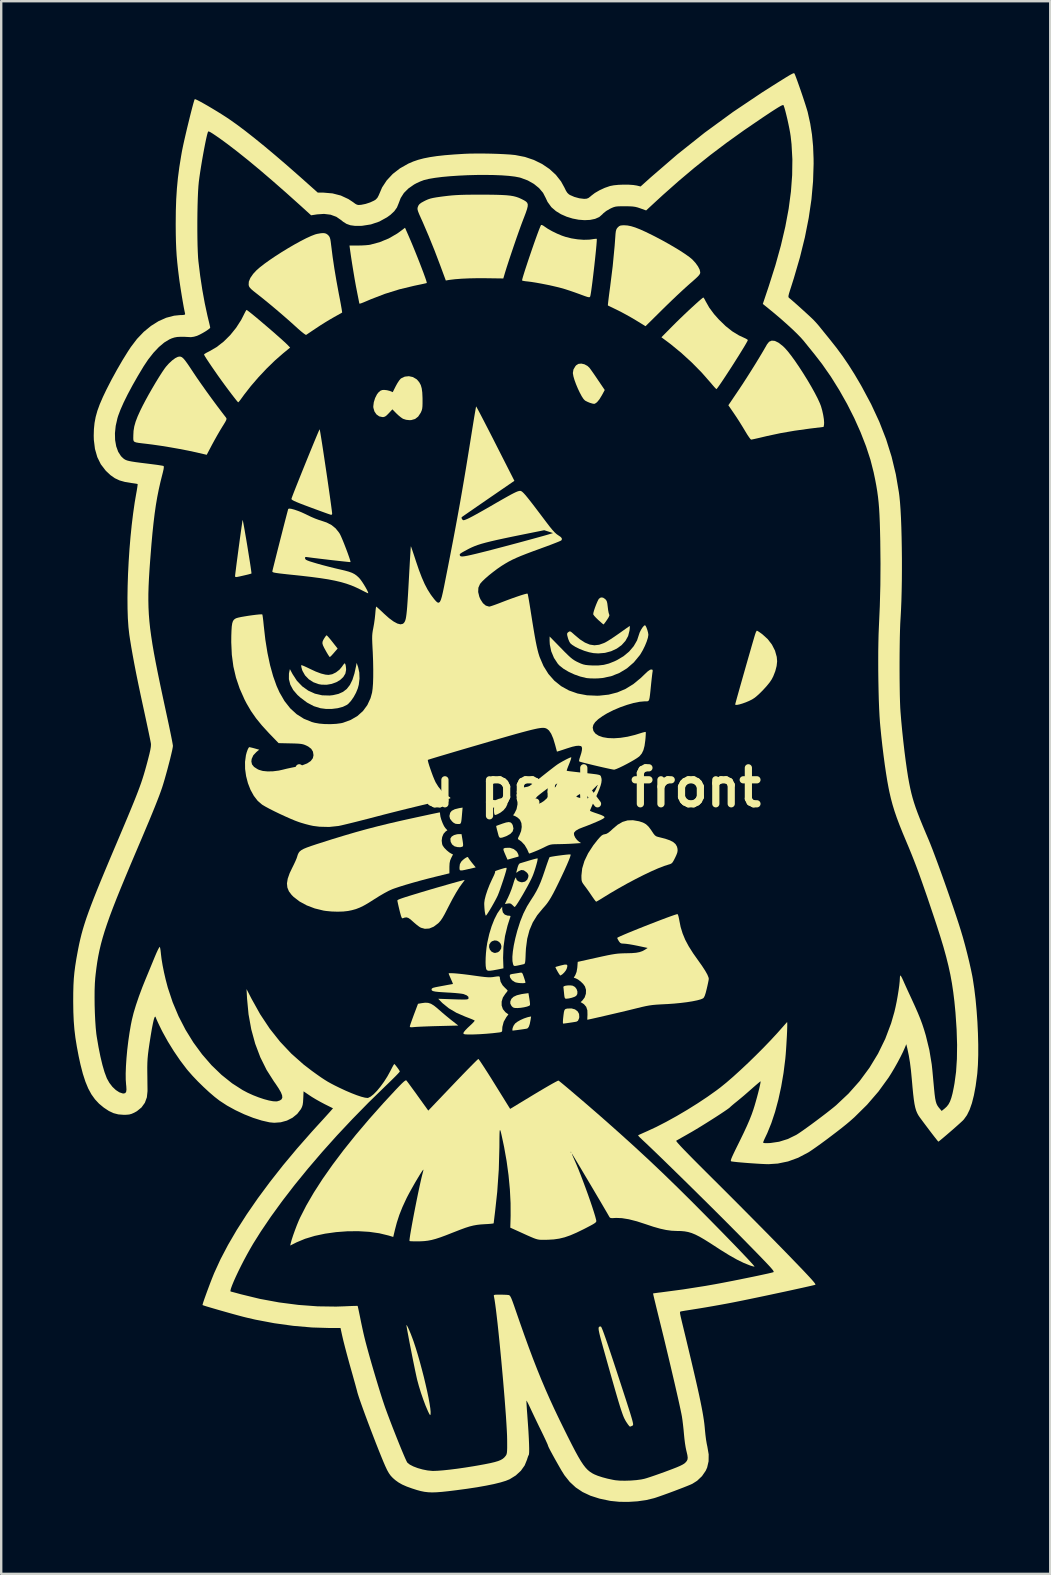
<source format=kicad_pcb>
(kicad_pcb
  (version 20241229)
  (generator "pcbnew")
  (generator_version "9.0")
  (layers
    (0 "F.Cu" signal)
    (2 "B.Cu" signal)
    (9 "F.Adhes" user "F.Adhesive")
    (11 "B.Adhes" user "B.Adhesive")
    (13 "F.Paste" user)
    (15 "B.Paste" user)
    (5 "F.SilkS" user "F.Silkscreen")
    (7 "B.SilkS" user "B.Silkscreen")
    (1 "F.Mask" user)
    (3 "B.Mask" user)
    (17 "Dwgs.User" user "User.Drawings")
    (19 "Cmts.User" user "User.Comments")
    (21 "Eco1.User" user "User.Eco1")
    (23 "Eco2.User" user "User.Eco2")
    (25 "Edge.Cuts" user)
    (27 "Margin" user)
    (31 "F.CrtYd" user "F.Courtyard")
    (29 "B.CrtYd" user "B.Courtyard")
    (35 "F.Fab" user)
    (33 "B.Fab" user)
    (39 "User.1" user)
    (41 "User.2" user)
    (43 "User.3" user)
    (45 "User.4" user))
  (footprint "kurisu peek front"
    (layer "F.Cu")
    (at 18.845 29.762)
    (property "Reference" "kurisu peek front" (at 0 0 0) (layer "F.SilkS") (effects (font (size 1.5 1.5) (thickness 0.3))))
    (attr board_only exclude_from_pos_files exclude_from_bom)
    (fp_poly (pts (xy -2.624 2.188) (xy -2.605 2.318) (xy -2.599 2.398) (xy -2.607 2.442) (xy -2.626 2.463) (xy -2.711 2.487) (xy -2.827 2.483) (xy -2.946 2.453) (xy -2.963 2.446) (xy -3.058 2.372) (xy -3.117 2.264) (xy -3.13 2.144) (xy -3.125 2.118) (xy -3.075 2.042) (xy -2.978 1.982) (xy -2.851 1.947) (xy -2.774 1.941) (xy -2.666 1.941)) (stroke (width 0) (type solid)) (fill yes) (layer "F.SilkS"))
    (fp_poly (pts (xy -0.492 2.563) (xy -0.374 2.657) (xy -0.329 2.725) (xy -0.297 2.799) (xy -0.285 2.857) (xy -0.299 2.88) (xy -0.332 2.888) (xy -0.411 2.91) (xy -0.519 2.94) (xy -0.528 2.943) (xy -0.749 3.006) (xy -0.823 2.838) (xy -0.882 2.701) (xy -0.915 2.613) (xy -0.921 2.561) (xy -0.9 2.533) (xy -0.852 2.519) (xy -0.817 2.513) (xy -0.645 2.512)) (stroke (width 0) (type solid)) (fill yes) (layer "F.SilkS"))
    (fp_poly (pts (xy -2.639 1.041) (xy -2.655 1.226) (xy -2.668 1.356) (xy -2.682 1.441) (xy -2.701 1.49) (xy -2.728 1.513) (xy -2.767 1.521) (xy -2.82 1.521) (xy -2.918 1.51) (xy -2.997 1.468) (xy -3.061 1.411) (xy -3.145 1.301) (xy -3.17 1.188) (xy -3.139 1.054) (xy -3.139 1.052) (xy -3.073 0.969) (xy -2.946 0.904) (xy -2.76 0.858) (xy -2.759 0.858) (xy -2.621 0.836)) (stroke (width 0) (type solid)) (fill yes) (layer "F.SilkS"))
    (fp_poly (pts (xy 1.741 7.404) (xy 1.74 7.468) (xy 1.715 7.554) (xy 1.675 7.629) (xy 1.609 7.712) (xy 1.534 7.783) (xy 1.469 7.825) (xy 1.448 7.83) (xy 1.424 7.804) (xy 1.379 7.737) (xy 1.333 7.66) (xy 1.284 7.569) (xy 1.253 7.504) (xy 1.246 7.48) (xy 1.28 7.467) (xy 1.36 7.444) (xy 1.471 7.414) (xy 1.488 7.41) (xy 1.623 7.379) (xy 1.705 7.376)) (stroke (width 0) (type solid)) (fill yes) (layer "F.SilkS"))
    (fp_poly (pts (xy -2.394 2.905) (xy -2.375 2.941) (xy -2.325 3.013) (xy -2.253 3.107) (xy -2.235 3.13) (xy -2.075 3.328) (xy -2.367 3.395) (xy -2.528 3.432) (xy -2.636 3.453) (xy -2.702 3.455) (xy -2.736 3.438) (xy -2.749 3.399) (xy -2.75 3.335) (xy -2.75 3.319) (xy -2.735 3.194) (xy -2.68 3.092) (xy -2.666 3.075) (xy -2.601 3.011) (xy -2.526 2.952) (xy -2.457 2.91) (xy -2.408 2.893)) (stroke (width 0) (type solid)) (fill yes) (layer "F.SilkS"))
    (fp_poly (pts (xy -0.817 0.438) (xy -0.788 0.47) (xy -0.746 0.578) (xy -0.757 0.701) (xy -0.817 0.827) (xy -0.918 0.949) (xy -1.055 1.054) (xy -1.177 1.117) (xy -1.25 1.144) (xy -1.284 1.138) (xy -1.301 1.089) (xy -1.307 1.063) (xy -1.314 0.969) (xy -1.31 0.844) (xy -1.297 0.714) (xy -1.278 0.603) (xy -1.259 0.547) (xy -1.212 0.511) (xy -1.118 0.474) (xy -1.032 0.452) (xy -0.922 0.431) (xy -0.856 0.425)) (stroke (width 0) (type solid)) (fill yes) (layer "F.SilkS"))
    (fp_poly (pts (xy -8.257 -6.318) (xy -8.198 -6.253) (xy -8.118 -6.158) (xy -8.045 -6.066) (xy -7.828 -5.79) (xy -7.981 -5.613) (xy -8.058 -5.526) (xy -8.12 -5.463) (xy -8.153 -5.436) (xy -8.154 -5.436) (xy -8.178 -5.462) (xy -8.225 -5.532) (xy -8.285 -5.632) (xy -8.307 -5.671) (xy -8.388 -5.818) (xy -8.439 -5.925) (xy -8.461 -6.004) (xy -8.457 -6.071) (xy -8.43 -6.14) (xy -8.398 -6.197) (xy -8.345 -6.279) (xy -8.303 -6.332) (xy -8.287 -6.342)) (stroke (width 0) (type solid)) (fill yes) (layer "F.SilkS"))
    (fp_poly (pts (xy 0.161 8.797) (xy 0.179 8.916) (xy 0.188 9.011) (xy 0.187 9.064) (xy 0.187 9.066) (xy 0.147 9.097) (xy 0.06 9.128) (xy -0.059 9.156) (xy -0.193 9.177) (xy -0.326 9.188) (xy -0.345 9.188) (xy -0.451 9.184) (xy -0.518 9.163) (xy -0.569 9.117) (xy -0.583 9.101) (xy -0.633 9.006) (xy -0.634 8.915) (xy -0.589 8.806) (xy -0.5 8.72) (xy -0.36 8.655) (xy -0.164 8.607) (xy -0.044 8.589) (xy 0.122 8.567)) (stroke (width 0) (type solid)) (fill yes) (layer "F.SilkS"))
    (fp_poly (pts (xy -0.146 7.723) (xy -0.117 7.766) (xy -0.084 7.855) (xy -0.068 7.9) (xy -0.033 8.007) (xy -0.009 8.09) (xy 0 8.128) (xy -0.029 8.145) (xy -0.102 8.152) (xy -0.201 8.15) (xy -0.305 8.14) (xy -0.397 8.122) (xy -0.437 8.109) (xy -0.561 8.029) (xy -0.637 7.926) (xy -0.654 7.862) (xy -0.653 7.815) (xy -0.626 7.787) (xy -0.557 7.769) (xy -0.502 7.761) (xy -0.383 7.742) (xy -0.272 7.724) (xy -0.238 7.718) (xy -0.182 7.711)) (stroke (width 0) (type solid)) (fill yes) (layer "F.SilkS"))
    (fp_poly (pts (xy 0.211 9.679) (xy 0.178 9.851) (xy 0.139 9.965) (xy 0.092 10.028) (xy 0.054 10.046) (xy -0.003 10.056) (xy -0.102 10.071) (xy -0.222 10.088) (xy -0.345 10.105) (xy -0.452 10.118) (xy -0.524 10.127) (xy -0.54 10.128) (xy -0.547 10.1) (xy -0.539 10.033) (xy -0.537 10.024) (xy -0.5 9.928) (xy -0.437 9.837) (xy -0.433 9.832) (xy -0.344 9.763) (xy -0.215 9.689) (xy -0.067 9.622) (xy 0.077 9.573) (xy 0.125 9.561) (xy 0.233 9.539)) (stroke (width 0) (type solid)) (fill yes) (layer "F.SilkS"))
    (fp_poly (pts (xy -0.617 1.457) (xy -0.562 1.511) (xy -0.53 1.575) (xy -0.502 1.71) (xy -0.536 1.83) (xy -0.633 1.934) (xy -0.791 2.022) (xy -0.832 2.038) (xy -0.957 2.082) (xy -1.037 2.097) (xy -1.085 2.08) (xy -1.115 2.028) (xy -1.133 1.966) (xy -1.164 1.848) (xy -1.194 1.735) (xy -1.198 1.717) (xy -1.216 1.642) (xy -1.221 1.602) (xy -1.221 1.6) (xy -1.189 1.588) (xy -1.111 1.559) (xy -1.002 1.52) (xy -0.966 1.506) (xy -0.808 1.456) (xy -0.696 1.439)) (stroke (width 0) (type solid)) (fill yes) (layer "F.SilkS"))
    (fp_poly (pts (xy 1.959 8.256) (xy 1.966 8.257) (xy 2.061 8.31) (xy 2.129 8.398) (xy 2.163 8.502) (xy 2.158 8.604) (xy 2.111 8.681) (xy 2.04 8.721) (xy 1.93 8.759) (xy 1.807 8.788) (xy 1.696 8.8) (xy 1.695 8.8) (xy 1.659 8.794) (xy 1.636 8.765) (xy 1.62 8.7) (xy 1.607 8.585) (xy 1.606 8.574) (xy 1.594 8.455) (xy 1.584 8.36) (xy 1.577 8.309) (xy 1.577 8.308) (xy 1.6 8.28) (xy 1.668 8.258) (xy 1.764 8.245) (xy 1.867 8.243)) (stroke (width 0) (type solid)) (fill yes) (layer "F.SilkS"))
    (fp_poly (pts (xy 2.062 9.244) (xy 2.169 9.323) (xy 2.231 9.432) (xy 2.241 9.567) (xy 2.229 9.623) (xy 2.185 9.718) (xy 2.126 9.754) (xy 2.063 9.766) (xy 1.962 9.782) (xy 1.843 9.8) (xy 1.725 9.817) (xy 1.628 9.83) (xy 1.572 9.836) (xy 1.567 9.836) (xy 1.559 9.807) (xy 1.559 9.731) (xy 1.566 9.634) (xy 1.585 9.467) (xy 1.601 9.354) (xy 1.621 9.282) (xy 1.647 9.242) (xy 1.685 9.222) (xy 1.741 9.21) (xy 1.747 9.209) (xy 1.919 9.204)) (stroke (width 0) (type solid)) (fill yes) (layer "F.SilkS"))
    (fp_poly (pts (xy -4.055 8.972) (xy -3.939 9.01) (xy -3.816 9.085) (xy -3.67 9.202) (xy -3.624 9.243) (xy -3.475 9.373) (xy -3.305 9.516) (xy -3.143 9.649) (xy -3.075 9.703) (xy -2.801 9.917) (xy -3.621 9.938) (xy -3.857 9.944) (xy -4.082 9.952) (xy -4.284 9.96) (xy -4.454 9.968) (xy -4.577 9.975) (xy -4.631 9.98) (xy -4.742 9.989) (xy -4.802 9.984) (xy -4.821 9.962) (xy -4.821 9.959) (xy -4.81 9.916) (xy -4.78 9.823) (xy -4.734 9.694) (xy -4.678 9.54) (xy -4.65 9.464) (xy -4.479 9.011) (xy -4.326 8.984) (xy -4.179 8.965)) (stroke (width 0) (type solid)) (fill yes) (layer "F.SilkS"))
    (fp_poly (pts (xy 2.455 -17.634) (xy 2.581 -17.566) (xy 2.66 -17.493) (xy 2.698 -17.443) (xy 2.765 -17.35) (xy 2.852 -17.226) (xy 2.951 -17.081) (xy 3.01 -16.993) (xy 3.301 -16.563) (xy 3.184 -16.346) (xy 3.077 -16.171) (xy 2.979 -16.053) (xy 2.893 -15.993) (xy 2.854 -15.986) (xy 2.788 -15.997) (xy 2.697 -16.024) (xy 2.678 -16.03) (xy 2.577 -16.072) (xy 2.489 -16.118) (xy 2.48 -16.123) (xy 2.417 -16.188) (xy 2.342 -16.302) (xy 2.262 -16.451) (xy 2.181 -16.622) (xy 2.106 -16.801) (xy 2.042 -16.975) (xy 1.997 -17.13) (xy 1.975 -17.253) (xy 1.974 -17.278) (xy 1.998 -17.418) (xy 2.077 -17.552) (xy 2.113 -17.594) (xy 2.205 -17.651) (xy 2.325 -17.663)) (stroke (width 0) (type solid)) (fill yes) (layer "F.SilkS"))
    (fp_poly (pts (xy 3.231 -7.911) (xy 3.316 -7.855) (xy 3.36 -7.809) (xy 3.389 -7.752) (xy 3.409 -7.666) (xy 3.425 -7.536) (xy 3.428 -7.512) (xy 3.444 -7.384) (xy 3.464 -7.28) (xy 3.483 -7.217) (xy 3.489 -7.208) (xy 3.495 -7.168) (xy 3.462 -7.091) (xy 3.394 -6.984) (xy 3.329 -6.891) (xy 3.278 -6.823) (xy 3.251 -6.795) (xy 3.25 -6.795) (xy 3.221 -6.815) (xy 3.157 -6.87) (xy 3.069 -6.948) (xy 3.033 -6.98) (xy 2.939 -7.071) (xy 2.866 -7.151) (xy 2.826 -7.207) (xy 2.822 -7.217) (xy 2.828 -7.276) (xy 2.855 -7.376) (xy 2.896 -7.499) (xy 2.945 -7.628) (xy 2.995 -7.746) (xy 3.039 -7.834) (xy 3.062 -7.868) (xy 3.142 -7.92)) (stroke (width 0) (type solid)) (fill yes) (layer "F.SilkS"))
    (fp_poly (pts (xy -7.509 -5.148) (xy -7.489 -5.071) (xy -7.477 -4.962) (xy -7.475 -4.902) (xy -7.505 -4.748) (xy -7.59 -4.607) (xy -7.719 -4.485) (xy -7.884 -4.387) (xy -8.075 -4.318) (xy -8.282 -4.282) (xy -8.496 -4.286) (xy -8.615 -4.306) (xy -8.836 -4.386) (xy -9.03 -4.511) (xy -9.185 -4.672) (xy -9.291 -4.858) (xy -9.308 -4.905) (xy -9.335 -5.003) (xy -9.347 -5.074) (xy -9.344 -5.098) (xy -9.31 -5.092) (xy -9.23 -5.061) (xy -9.118 -5.01) (xy -9.006 -4.956) (xy -8.741 -4.832) (xy -8.519 -4.749) (xy -8.332 -4.703) (xy -8.205 -4.692) (xy -8.053 -4.72) (xy -7.896 -4.797) (xy -7.752 -4.909) (xy -7.652 -5.028) (xy -7.595 -5.11) (xy -7.551 -5.164) (xy -7.535 -5.176)) (stroke (width 0) (type solid)) (fill yes) (layer "F.SilkS"))
    (fp_poly (pts (xy -11.775 -11.113) (xy -11.757 -11.023) (xy -11.732 -10.888) (xy -11.701 -10.715) (xy -11.667 -10.515) (xy -11.629 -10.296) (xy -11.591 -10.066) (xy -11.554 -9.836) (xy -11.518 -9.612) (xy -11.485 -9.406) (xy -11.457 -9.224) (xy -11.436 -9.077) (xy -11.422 -8.973) (xy -11.417 -8.921) (xy -11.418 -8.917) (xy -11.46 -8.903) (xy -11.548 -8.879) (xy -11.664 -8.851) (xy -11.79 -8.822) (xy -11.909 -8.795) (xy -12.003 -8.776) (xy -12.054 -8.769) (xy -12.055 -8.769) (xy -12.098 -8.783) (xy -12.102 -8.793) (xy -12.099 -8.836) (xy -12.088 -8.933) (xy -12.07 -9.074) (xy -12.048 -9.252) (xy -12.021 -9.458) (xy -11.991 -9.682) (xy -11.96 -9.917) (xy -11.928 -10.154) (xy -11.897 -10.385) (xy -11.867 -10.6) (xy -11.84 -10.791) (xy -11.817 -10.949) (xy -11.8 -11.067) (xy -11.789 -11.135) (xy -11.785 -11.149)) (stroke (width 0) (type solid)) (fill yes) (layer "F.SilkS"))
    (fp_poly (pts (xy -6.974 -5.015) (xy -6.925 -4.791) (xy -6.916 -4.539) (xy -6.946 -4.285) (xy -6.988 -4.13) (xy -7.063 -3.947) (xy -7.161 -3.768) (xy -7.272 -3.609) (xy -7.384 -3.487) (xy -7.438 -3.445) (xy -7.61 -3.362) (xy -7.824 -3.305) (xy -8.066 -3.275) (xy -8.316 -3.275) (xy -8.542 -3.304) (xy -8.82 -3.39) (xy -9.101 -3.539) (xy -9.382 -3.75) (xy -9.502 -3.858) (xy -9.679 -4.064) (xy -9.798 -4.284) (xy -9.858 -4.513) (xy -9.856 -4.745) (xy -9.845 -4.805) (xy -9.817 -4.934) (xy -9.705 -4.725) (xy -9.524 -4.447) (xy -9.304 -4.217) (xy -9.052 -4.037) (xy -8.773 -3.911) (xy -8.474 -3.842) (xy -8.16 -3.833) (xy -8.019 -3.849) (xy -7.793 -3.901) (xy -7.603 -3.986) (xy -7.446 -4.108) (xy -7.317 -4.273) (xy -7.212 -4.485) (xy -7.127 -4.752) (xy -7.062 -5.048) (xy -7.035 -5.193)) (stroke (width 0) (type solid)) (fill yes) (layer "F.SilkS"))
    (fp_poly (pts (xy -4.937 22.419) (xy -4.896 22.498) (xy -4.843 22.615) (xy -4.783 22.759) (xy -4.721 22.92) (xy -4.662 23.082) (xy -4.575 23.345) (xy -4.487 23.633) (xy -4.4 23.938) (xy -4.316 24.251) (xy -4.235 24.564) (xy -4.162 24.871) (xy -4.096 25.162) (xy -4.04 25.429) (xy -3.997 25.666) (xy -3.967 25.863) (xy -3.953 26.014) (xy -3.955 26.098) (xy -3.963 26.141) (xy -3.977 26.146) (xy -4.003 26.109) (xy -4.047 26.023) (xy -4.073 25.966) (xy -4.164 25.754) (xy -4.26 25.498) (xy -4.356 25.219) (xy -4.443 24.936) (xy -4.513 24.679) (xy -4.536 24.579) (xy -4.567 24.436) (xy -4.605 24.257) (xy -4.647 24.051) (xy -4.693 23.827) (xy -4.739 23.594) (xy -4.785 23.359) (xy -4.83 23.131) (xy -4.87 22.919) (xy -4.905 22.732) (xy -4.933 22.578) (xy -4.953 22.464) (xy -4.961 22.401) (xy -4.961 22.391)) (stroke (width 0) (type solid)) (fill yes) (layer "F.SilkS"))
    (fp_poly (pts (xy -0.786 3.369) (xy -0.796 3.421) (xy -0.824 3.525) (xy -0.869 3.674) (xy -0.925 3.849) (xy -0.987 4.033) (xy -1.048 4.211) (xy -1.103 4.364) (xy -1.147 4.475) (xy -1.152 4.489) (xy -1.2 4.588) (xy -1.265 4.712) (xy -1.341 4.85) (xy -1.421 4.99) (xy -1.499 5.12) (xy -1.568 5.229) (xy -1.62 5.306) (xy -1.65 5.338) (xy -1.652 5.339) (xy -1.668 5.31) (xy -1.686 5.234) (xy -1.699 5.153) (xy -1.712 5.015) (xy -1.719 4.873) (xy -1.719 4.811) (xy -1.701 4.671) (xy -1.655 4.489) (xy -1.586 4.279) (xy -1.499 4.055) (xy -1.397 3.831) (xy -1.376 3.787) (xy -1.309 3.647) (xy -1.271 3.549) (xy -1.263 3.499) (xy -1.27 3.493) (xy -1.262 3.484) (xy -1.208 3.461) (xy -1.122 3.431) (xy -1.019 3.398) (xy -0.914 3.367) (xy -0.857 3.352) (xy -0.8 3.343)) (stroke (width 0) (type solid)) (fill yes) (layer "F.SilkS"))
    (fp_poly (pts (xy 9.678 -6.518) (xy 9.752 -6.47) (xy 9.848 -6.401) (xy 9.87 -6.384) (xy 10.09 -6.185) (xy 10.267 -5.955) (xy 10.395 -5.704) (xy 10.468 -5.443) (xy 10.484 -5.258) (xy 10.463 -5.065) (xy 10.407 -4.848) (xy 10.322 -4.631) (xy 10.256 -4.504) (xy 10.17 -4.377) (xy 10.047 -4.226) (xy 9.902 -4.067) (xy 9.751 -3.915) (xy 9.607 -3.786) (xy 9.539 -3.733) (xy 9.44 -3.67) (xy 9.316 -3.608) (xy 9.179 -3.55) (xy 9.042 -3.501) (xy 8.917 -3.464) (xy 8.817 -3.444) (xy 8.753 -3.444) (xy 8.736 -3.462) (xy 8.745 -3.498) (xy 8.769 -3.588) (xy 8.807 -3.727) (xy 8.857 -3.905) (xy 8.916 -4.116) (xy 8.983 -4.352) (xy 9.055 -4.606) (xy 9.13 -4.87) (xy 9.206 -5.137) (xy 9.281 -5.4) (xy 9.354 -5.651) (xy 9.42 -5.883) (xy 9.48 -6.089) (xy 9.53 -6.26) (xy 9.562 -6.366) (xy 9.594 -6.46) (xy 9.625 -6.521) (xy 9.64 -6.536)) (stroke (width 0) (type solid)) (fill yes) (layer "F.SilkS"))
    (fp_poly (pts (xy 4.347 -6.701) (xy 4.343 -6.625) (xy 4.333 -6.537) (xy 4.276 -6.312) (xy 4.163 -6.109) (xy 4.003 -5.932) (xy 3.803 -5.788) (xy 3.569 -5.679) (xy 3.31 -5.61) (xy 3.033 -5.587) (xy 2.831 -5.6) (xy 2.65 -5.636) (xy 2.453 -5.695) (xy 2.258 -5.772) (xy 2.082 -5.858) (xy 1.941 -5.947) (xy 1.866 -6.012) (xy 1.825 -6.08) (xy 1.782 -6.183) (xy 1.762 -6.25) (xy 1.737 -6.35) (xy 1.733 -6.408) (xy 1.75 -6.445) (xy 1.787 -6.477) (xy 1.826 -6.502) (xy 1.861 -6.505) (xy 1.908 -6.479) (xy 1.98 -6.418) (xy 2.033 -6.37) (xy 2.265 -6.175) (xy 2.478 -6.038) (xy 2.678 -5.955) (xy 2.872 -5.926) (xy 3.067 -5.948) (xy 3.271 -6.021) (xy 3.32 -6.044) (xy 3.415 -6.098) (xy 3.548 -6.181) (xy 3.702 -6.283) (xy 3.862 -6.394) (xy 3.921 -6.435) (xy 4.062 -6.536) (xy 4.184 -6.622) (xy 4.277 -6.687) (xy 4.333 -6.724) (xy 4.344 -6.73)) (stroke (width 0) (type solid)) (fill yes) (layer "F.SilkS"))
    (fp_poly (pts (xy 7.434 -20.391) (xy 7.474 -20.322) (xy 7.503 -20.264) (xy 7.658 -19.991) (xy 7.86 -19.72) (xy 8.057 -19.499) (xy 8.339 -19.225) (xy 8.614 -19.007) (xy 8.891 -18.838) (xy 9.089 -18.746) (xy 9.183 -18.702) (xy 9.246 -18.664) (xy 9.263 -18.642) (xy 9.241 -18.592) (xy 9.189 -18.498) (xy 9.112 -18.367) (xy 9.014 -18.207) (xy 8.901 -18.024) (xy 8.777 -17.827) (xy 8.647 -17.622) (xy 8.516 -17.418) (xy 8.387 -17.221) (xy 8.267 -17.038) (xy 8.16 -16.878) (xy 8.07 -16.748) (xy 8.003 -16.654) (xy 7.963 -16.605) (xy 7.955 -16.599) (xy 7.927 -16.623) (xy 7.867 -16.686) (xy 7.786 -16.779) (xy 7.713 -16.866) (xy 7.344 -17.286) (xy 6.931 -17.706) (xy 6.495 -18.105) (xy 6.055 -18.467) (xy 5.946 -18.55) (xy 5.663 -18.76) (xy 6.14 -19.242) (xy 6.287 -19.389) (xy 6.448 -19.546) (xy 6.616 -19.707) (xy 6.784 -19.866) (xy 6.946 -20.016) (xy 7.094 -20.151) (xy 7.221 -20.265) (xy 7.321 -20.351) (xy 7.387 -20.404) (xy 7.41 -20.417)) (stroke (width 0) (type solid)) (fill yes) (layer "F.SilkS"))
    (fp_poly (pts (xy -4.876 -22.995) (xy -4.786 -22.787) (xy -4.692 -22.563) (xy -4.596 -22.328) (xy -4.501 -22.091) (xy -4.41 -21.86) (xy -4.326 -21.642) (xy -4.251 -21.445) (xy -4.19 -21.276) (xy -4.144 -21.145) (xy -4.118 -21.057) (xy -4.113 -21.021) (xy -4.113 -21.02) (xy -4.147 -21.011) (xy -4.234 -20.991) (xy -4.363 -20.963) (xy -4.522 -20.93) (xy -4.64 -20.905) (xy -5.251 -20.758) (xy -5.861 -20.568) (xy -6.442 -20.344) (xy -6.465 -20.334) (xy -6.643 -20.258) (xy -6.77 -20.205) (xy -6.853 -20.174) (xy -6.901 -20.161) (xy -6.922 -20.163) (xy -6.924 -20.169) (xy -6.93 -20.203) (xy -6.947 -20.289) (xy -6.972 -20.416) (xy -7.003 -20.571) (xy -7.018 -20.647) (xy -7.066 -20.892) (xy -7.118 -21.182) (xy -7.171 -21.499) (xy -7.224 -21.824) (xy -7.272 -22.137) (xy -7.307 -22.382) (xy -7.334 -22.583) (xy -6.992 -22.582) (xy -6.826 -22.585) (xy -6.663 -22.594) (xy -6.527 -22.607) (xy -6.471 -22.616) (xy -6.079 -22.721) (xy -5.699 -22.877) (xy -5.351 -23.078) (xy -5.231 -23.163) (xy -5.02 -23.323)) (stroke (width 0) (type solid)) (fill yes) (layer "F.SilkS"))
    (fp_poly (pts (xy -8.57 -14.898) (xy -8.554 -14.813) (xy -8.532 -14.679) (xy -8.503 -14.501) (xy -8.469 -14.287) (xy -8.432 -14.044) (xy -8.392 -13.779) (xy -8.35 -13.498) (xy -8.307 -13.21) (xy -8.264 -12.92) (xy -8.223 -12.636) (xy -8.184 -12.365) (xy -8.148 -12.113) (xy -8.117 -11.889) (xy -8.091 -11.697) (xy -8.071 -11.547) (xy -8.059 -11.444) (xy -8.056 -11.398) (xy -8.082 -11.363) (xy -8.097 -11.361) (xy -8.137 -11.373) (xy -8.23 -11.404) (xy -8.366 -11.453) (xy -8.537 -11.515) (xy -8.736 -11.588) (xy -8.947 -11.666) (xy -9.196 -11.759) (xy -9.391 -11.834) (xy -9.536 -11.893) (xy -9.639 -11.939) (xy -9.705 -11.974) (xy -9.741 -12.001) (xy -9.752 -12.024) (xy -9.752 -12.026) (xy -9.74 -12.066) (xy -9.706 -12.159) (xy -9.653 -12.297) (xy -9.584 -12.473) (xy -9.502 -12.679) (xy -9.41 -12.909) (xy -9.311 -13.156) (xy -9.208 -13.411) (xy -9.104 -13.668) (xy -9.001 -13.92) (xy -8.903 -14.159) (xy -8.813 -14.378) (xy -8.733 -14.57) (xy -8.667 -14.728) (xy -8.617 -14.844) (xy -8.586 -14.911) (xy -8.578 -14.925)) (stroke (width 0) (type solid)) (fill yes) (layer "F.SilkS"))
    (fp_poly (pts (xy 10.389 -18.608) (xy 10.541 -18.534) (xy 10.713 -18.401) (xy 10.799 -18.319) (xy 10.925 -18.178) (xy 11.072 -17.991) (xy 11.234 -17.767) (xy 11.405 -17.515) (xy 11.579 -17.247) (xy 11.749 -16.973) (xy 11.909 -16.701) (xy 12.052 -16.443) (xy 12.173 -16.209) (xy 12.265 -16.008) (xy 12.311 -15.889) (xy 12.362 -15.71) (xy 12.403 -15.525) (xy 12.431 -15.35) (xy 12.442 -15.204) (xy 12.437 -15.112) (xy 12.419 -15.025) (xy 11.832 -14.953) (xy 11.209 -14.866) (xy 10.626 -14.765) (xy 10.059 -14.644) (xy 9.907 -14.608) (xy 9.74 -14.568) (xy 9.594 -14.535) (xy 9.48 -14.51) (xy 9.413 -14.497) (xy 9.401 -14.496) (xy 9.369 -14.522) (xy 9.314 -14.595) (xy 9.241 -14.703) (xy 9.16 -14.836) (xy 9.146 -14.86) (xy 9.036 -15.042) (xy 8.908 -15.249) (xy 8.778 -15.449) (xy 8.693 -15.575) (xy 8.452 -15.927) (xy 8.881 -16.562) (xy 9.042 -16.804) (xy 9.217 -17.075) (xy 9.398 -17.36) (xy 9.578 -17.648) (xy 9.747 -17.926) (xy 9.899 -18.18) (xy 10.025 -18.398) (xy 10.062 -18.464) (xy 10.149 -18.573) (xy 10.259 -18.62)) (stroke (width 0) (type solid)) (fill yes) (layer "F.SilkS"))
    (fp_poly (pts (xy -4.692 -17.102) (xy -4.542 -17.014) (xy -4.506 -16.98) (xy -4.423 -16.879) (xy -4.363 -16.767) (xy -4.324 -16.63) (xy -4.301 -16.457) (xy -4.291 -16.235) (xy -4.29 -16.178) (xy -4.29 -16.005) (xy -4.294 -15.881) (xy -4.304 -15.79) (xy -4.322 -15.718) (xy -4.351 -15.648) (xy -4.368 -15.612) (xy -4.473 -15.454) (xy -4.601 -15.355) (xy -4.759 -15.31) (xy -4.834 -15.306) (xy -4.976 -15.322) (xy -5.1 -15.362) (xy -5.112 -15.368) (xy -5.194 -15.424) (xy -5.296 -15.508) (xy -5.386 -15.593) (xy -5.546 -15.757) (xy -5.695 -15.596) (xy -5.784 -15.506) (xy -5.852 -15.456) (xy -5.917 -15.436) (xy -5.959 -15.434) (xy -6.095 -15.464) (xy -6.21 -15.546) (xy -6.294 -15.669) (xy -6.338 -15.82) (xy -6.342 -15.882) (xy -6.321 -16.052) (xy -6.266 -16.228) (xy -6.187 -16.384) (xy -6.13 -16.458) (xy -6.049 -16.53) (xy -5.971 -16.561) (xy -5.892 -16.567) (xy -5.773 -16.554) (xy -5.658 -16.525) (xy -5.645 -16.52) (xy -5.532 -16.473) (xy -5.404 -16.727) (xy -5.334 -16.853) (xy -5.262 -16.961) (xy -5.2 -17.034) (xy -5.185 -17.046) (xy -5.029 -17.12) (xy -4.859 -17.138)) (stroke (width 0) (type solid)) (fill yes) (layer "F.SilkS"))
    (fp_poly (pts (xy -2.547 3.873) (xy -2.587 3.93) (xy -2.632 3.988) (xy -2.749 4.149) (xy -2.886 4.369) (xy -3.043 4.646) (xy -3.217 4.979) (xy -3.266 5.076) (xy -3.369 5.276) (xy -3.455 5.426) (xy -3.531 5.539) (xy -3.605 5.625) (xy -3.639 5.658) (xy -3.825 5.798) (xy -4.01 5.875) (xy -4.193 5.886) (xy -4.358 5.841) (xy -4.429 5.799) (xy -4.529 5.724) (xy -4.639 5.631) (xy -4.677 5.597) (xy -4.794 5.493) (xy -4.883 5.433) (xy -4.959 5.41) (xy -5.038 5.42) (xy -5.114 5.448) (xy -5.138 5.447) (xy -5.162 5.415) (xy -5.189 5.344) (xy -5.222 5.224) (xy -5.252 5.105) (xy -5.287 4.958) (xy -5.315 4.832) (xy -5.334 4.743) (xy -5.339 4.705) (xy -5.329 4.69) (xy -5.296 4.671) (xy -5.235 4.645) (xy -5.14 4.611) (xy -5.006 4.566) (xy -4.829 4.511) (xy -4.604 4.442) (xy -4.324 4.357) (xy -4.109 4.293) (xy -3.9 4.231) (xy -3.678 4.166) (xy -3.453 4.102) (xy -3.234 4.039) (xy -3.03 3.981) (xy -2.85 3.931) (xy -2.703 3.891) (xy -2.598 3.864) (xy -2.544 3.851) (xy -2.539 3.85)) (stroke (width 0) (type solid)) (fill yes) (layer "F.SilkS"))
    (fp_poly (pts (xy -11.588 -19.879) (xy -11.512 -19.821) (xy -11.4 -19.733) (xy -11.261 -19.619) (xy -11.101 -19.485) (xy -10.928 -19.338) (xy -10.747 -19.184) (xy -10.566 -19.028) (xy -10.392 -18.876) (xy -10.231 -18.734) (xy -10.092 -18.609) (xy -9.979 -18.505) (xy -9.901 -18.429) (xy -9.895 -18.422) (xy -9.807 -18.33) (xy -10.103 -18.087) (xy -10.437 -17.795) (xy -10.782 -17.46) (xy -11.121 -17.1) (xy -11.44 -16.73) (xy -11.723 -16.368) (xy -11.811 -16.246) (xy -11.88 -16.151) (xy -11.936 -16.081) (xy -11.969 -16.05) (xy -11.971 -16.049) (xy -11.996 -16.074) (xy -12.054 -16.143) (xy -12.137 -16.249) (xy -12.242 -16.384) (xy -12.36 -16.541) (xy -12.398 -16.591) (xy -12.538 -16.78) (xy -12.682 -16.978) (xy -12.825 -17.179) (xy -12.962 -17.376) (xy -13.089 -17.56) (xy -13.2 -17.725) (xy -13.291 -17.863) (xy -13.356 -17.967) (xy -13.39 -18.03) (xy -13.394 -18.043) (xy -13.366 -18.069) (xy -13.293 -18.114) (xy -13.19 -18.167) (xy -13.166 -18.179) (xy -12.868 -18.352) (xy -12.576 -18.58) (xy -12.302 -18.851) (xy -12.056 -19.156) (xy -11.846 -19.483) (xy -11.756 -19.659) (xy -11.701 -19.769) (xy -11.656 -19.853) (xy -11.628 -19.896) (xy -11.624 -19.899)) (stroke (width 0) (type solid)) (fill yes) (layer "F.SilkS"))
    (fp_poly (pts (xy -0.971 5.082) (xy -0.942 5.205) (xy -0.865 5.294) (xy -0.75 5.337) (xy -0.714 5.339) (xy -0.644 5.344) (xy -0.624 5.367) (xy -0.632 5.395) (xy -0.652 5.45) (xy -0.684 5.55) (xy -0.725 5.678) (xy -0.748 5.752) (xy -0.854 6.189) (xy -0.918 6.647) (xy -0.934 7.097) (xy -0.932 7.156) (xy -0.919 7.533) (xy -1.179 7.585) (xy -1.354 7.617) (xy -1.476 7.633) (xy -1.556 7.632) (xy -1.604 7.613) (xy -1.632 7.575) (xy -1.641 7.547) (xy -1.658 7.439) (xy -1.664 7.282) (xy -1.66 7.093) (xy -1.647 6.887) (xy -1.625 6.679) (xy -1.621 6.649) (xy -1.518 6.649) (xy -1.485 6.754) (xy -1.414 6.839) (xy -1.313 6.887) (xy -1.262 6.892) (xy -1.148 6.862) (xy -1.082 6.813) (xy -1.016 6.712) (xy -1.004 6.608) (xy -1.034 6.512) (xy -1.099 6.434) (xy -1.187 6.383) (xy -1.288 6.37) (xy -1.394 6.405) (xy -1.446 6.445) (xy -1.508 6.541) (xy -1.518 6.649) (xy -1.621 6.649) (xy -1.596 6.485) (xy -1.59 6.454) (xy -1.511 6.105) (xy -1.412 5.78) (xy -1.298 5.49) (xy -1.174 5.245) (xy -1.05 5.064) (xy -0.971 4.967)) (stroke (width 0) (type solid)) (fill yes) (layer "F.SilkS"))
    (fp_poly (pts (xy 3.155 22.474) (xy 3.182 22.53) (xy 3.221 22.626) (xy 3.273 22.766) (xy 3.339 22.952) (xy 3.42 23.187) (xy 3.516 23.473) (xy 3.63 23.814) (xy 3.761 24.212) (xy 3.856 24.502) (xy 3.988 24.907) (xy 4.101 25.254) (xy 4.197 25.549) (xy 4.276 25.796) (xy 4.341 25.999) (xy 4.391 26.162) (xy 4.429 26.291) (xy 4.456 26.389) (xy 4.473 26.462) (xy 4.482 26.512) (xy 4.483 26.546) (xy 4.478 26.567) (xy 4.468 26.579) (xy 4.454 26.588) (xy 4.454 26.588) (xy 4.388 26.619) (xy 4.352 26.628) (xy 4.321 26.603) (xy 4.268 26.535) (xy 4.202 26.438) (xy 4.185 26.411) (xy 4.155 26.359) (xy 4.125 26.302) (xy 4.094 26.235) (xy 4.061 26.153) (xy 4.025 26.053) (xy 3.983 25.93) (xy 3.935 25.78) (xy 3.879 25.597) (xy 3.814 25.378) (xy 3.739 25.119) (xy 3.652 24.815) (xy 3.551 24.461) (xy 3.436 24.053) (xy 3.316 23.624) (xy 3.232 23.324) (xy 3.165 23.08) (xy 3.113 22.887) (xy 3.077 22.739) (xy 3.054 22.629) (xy 3.045 22.552) (xy 3.048 22.502) (xy 3.062 22.474) (xy 3.087 22.46) (xy 3.121 22.457) (xy 3.139 22.456)) (stroke (width 0) (type solid)) (fill yes) (layer "F.SilkS"))
    (fp_poly (pts (xy -14.366 -17.951) (xy -14.313 -17.927) (xy -14.254 -17.876) (xy -14.183 -17.793) (xy -14.094 -17.672) (xy -13.982 -17.508) (xy -13.853 -17.312) (xy -13.694 -17.075) (xy -13.504 -16.802) (xy -13.294 -16.506) (xy -13.073 -16.201) (xy -12.852 -15.902) (xy -12.64 -15.622) (xy -12.485 -15.421) (xy -12.464 -15.389) (xy -12.458 -15.356) (xy -12.471 -15.308) (xy -12.507 -15.237) (xy -12.571 -15.13) (xy -12.634 -15.03) (xy -12.729 -14.873) (xy -12.84 -14.682) (xy -12.953 -14.481) (xy -13.056 -14.292) (xy -13.06 -14.285) (xy -13.282 -13.863) (xy -13.735 -13.968) (xy -14.053 -14.036) (xy -14.413 -14.106) (xy -14.797 -14.174) (xy -15.183 -14.237) (xy -15.551 -14.29) (xy -15.758 -14.316) (xy -15.965 -14.34) (xy -16.116 -14.359) (xy -16.221 -14.378) (xy -16.287 -14.401) (xy -16.324 -14.435) (xy -16.339 -14.485) (xy -16.342 -14.555) (xy -16.34 -14.651) (xy -16.34 -14.673) (xy -16.331 -14.859) (xy -16.3 -15.046) (xy -16.244 -15.244) (xy -16.159 -15.466) (xy -16.043 -15.721) (xy -15.948 -15.912) (xy -15.829 -16.139) (xy -15.696 -16.381) (xy -15.555 -16.627) (xy -15.414 -16.867) (xy -15.278 -17.089) (xy -15.154 -17.284) (xy -15.048 -17.441) (xy -14.981 -17.531) (xy -14.855 -17.672) (xy -14.722 -17.795) (xy -14.595 -17.889) (xy -14.489 -17.942) (xy -14.477 -17.945) (xy -14.419 -17.956)) (stroke (width 0) (type solid)) (fill yes) (layer "F.SilkS"))
    (fp_poly (pts (xy 5.006 -6.734) (xy 5.041 -6.662) (xy 5.076 -6.565) (xy 5.104 -6.464) (xy 5.118 -6.377) (xy 5.118 -6.355) (xy 5.098 -6.235) (xy 5.048 -6.079) (xy 4.976 -5.903) (xy 4.889 -5.726) (xy 4.794 -5.563) (xy 4.758 -5.51) (xy 4.512 -5.212) (xy 4.228 -4.966) (xy 3.912 -4.774) (xy 3.568 -4.638) (xy 3.199 -4.562) (xy 3.009 -4.546) (xy 2.85 -4.544) (xy 2.692 -4.548) (xy 2.562 -4.559) (xy 2.528 -4.564) (xy 2.281 -4.624) (xy 2.033 -4.712) (xy 1.798 -4.821) (xy 1.59 -4.944) (xy 1.423 -5.075) (xy 1.349 -5.153) (xy 1.186 -5.401) (xy 1.071 -5.677) (xy 1.012 -5.965) (xy 1.004 -6.114) (xy 1.005 -6.293) (xy 1.471 -5.816) (xy 1.634 -5.649) (xy 1.763 -5.522) (xy 1.866 -5.427) (xy 1.953 -5.356) (xy 2.033 -5.301) (xy 2.115 -5.254) (xy 2.187 -5.219) (xy 2.307 -5.164) (xy 2.407 -5.129) (xy 2.506 -5.107) (xy 2.628 -5.094) (xy 2.78 -5.086) (xy 3.036 -5.086) (xy 3.26 -5.111) (xy 3.474 -5.166) (xy 3.703 -5.257) (xy 3.811 -5.309) (xy 4.083 -5.47) (xy 4.318 -5.666) (xy 4.508 -5.889) (xy 4.648 -6.131) (xy 4.725 -6.364) (xy 4.757 -6.459) (xy 4.809 -6.564) (xy 4.869 -6.661) (xy 4.929 -6.733) (xy 4.975 -6.762) (xy 4.977 -6.762)) (stroke (width 0) (type solid)) (fill yes) (layer "F.SilkS"))
    (fp_poly (pts (xy 1.877 2.789) (xy 1.879 2.822) (xy 1.852 2.91) (xy 1.799 3.047) (xy 1.721 3.23) (xy 1.62 3.456) (xy 1.496 3.72) (xy 1.39 3.942) (xy 1.263 4.201) (xy 1.156 4.41) (xy 1.062 4.579) (xy 0.976 4.718) (xy 0.892 4.837) (xy 0.804 4.945) (xy 0.728 5.03) (xy 0.49 5.318) (xy 0.303 5.62) (xy 0.165 5.945) (xy 0.071 6.302) (xy 0.019 6.7) (xy 0.008 6.884) (xy 0.001 7.066) (xy -0.006 7.193) (xy -0.015 7.276) (xy -0.028 7.324) (xy -0.047 7.349) (xy -0.072 7.36) (xy -0.077 7.361) (xy -0.244 7.399) (xy -0.358 7.423) (xy -0.43 7.434) (xy -0.472 7.431) (xy -0.495 7.415) (xy -0.509 7.385) (xy -0.519 7.359) (xy -0.544 7.232) (xy -0.547 7.053) (xy -0.527 6.83) (xy -0.487 6.572) (xy -0.426 6.286) (xy -0.347 5.982) (xy -0.339 5.954) (xy -0.219 5.577) (xy -0.087 5.248) (xy 0.063 4.952) (xy 0.219 4.699) (xy 0.347 4.502) (xy 0.453 4.319) (xy 0.547 4.133) (xy 0.635 3.93) (xy 0.723 3.693) (xy 0.812 3.433) (xy 0.869 3.262) (xy 0.921 3.113) (xy 0.963 2.996) (xy 0.991 2.923) (xy 1.001 2.904) (xy 1.039 2.891) (xy 1.127 2.875) (xy 1.249 2.855) (xy 1.391 2.835) (xy 1.538 2.816) (xy 1.675 2.8) (xy 1.787 2.79) (xy 1.86 2.787)) (stroke (width 0) (type solid)) (fill yes) (layer "F.SilkS"))
    (fp_poly (pts (xy -1.516 -24.7) (xy -1.229 -24.696) (xy -0.991 -24.688) (xy -0.794 -24.677) (xy -0.632 -24.66) (xy -0.497 -24.637) (xy -0.381 -24.607) (xy -0.276 -24.57) (xy -0.175 -24.524) (xy -0.162 -24.518) (xy -0.057 -24.464) (xy 0.02 -24.415) (xy 0.07 -24.363) (xy 0.094 -24.299) (xy 0.091 -24.213) (xy 0.063 -24.097) (xy 0.01 -23.941) (xy -0.067 -23.738) (xy -0.102 -23.649) (xy -0.181 -23.439) (xy -0.274 -23.181) (xy -0.377 -22.89) (xy -0.483 -22.581) (xy -0.589 -22.268) (xy -0.69 -21.965) (xy -0.78 -21.688) (xy -0.854 -21.45) (xy -0.877 -21.372) (xy -0.925 -21.21) (xy -1.652 -21.22) (xy -2.006 -21.221) (xy -2.345 -21.214) (xy -2.658 -21.2) (xy -2.932 -21.179) (xy -3.158 -21.152) (xy -3.221 -21.142) (xy -3.32 -21.124) (xy -3.556 -21.762) (xy -3.789 -22.374) (xy -4.034 -22.979) (xy -4.28 -23.553) (xy -4.361 -23.732) (xy -4.43 -23.887) (xy -4.473 -23.996) (xy -4.496 -24.072) (xy -4.5 -24.127) (xy -4.491 -24.176) (xy -4.488 -24.185) (xy -4.458 -24.255) (xy -4.414 -24.311) (xy -4.344 -24.364) (xy -4.235 -24.424) (xy -4.152 -24.466) (xy -4.063 -24.505) (xy -3.969 -24.537) (xy -3.856 -24.564) (xy -3.711 -24.59) (xy -3.522 -24.617) (xy -3.408 -24.632) (xy -3.232 -24.653) (xy -3.066 -24.67) (xy -2.899 -24.682) (xy -2.719 -24.691) (xy -2.514 -24.697) (xy -2.273 -24.7) (xy -1.982 -24.701) (xy -1.861 -24.701)) (stroke (width 0) (type solid)) (fill yes) (layer "F.SilkS"))
    (fp_poly (pts (xy 0.505 2.992) (xy 0.489 3.078) (xy 0.458 3.198) (xy 0.418 3.336) (xy 0.372 3.48) (xy 0.325 3.615) (xy 0.293 3.695) (xy 0.241 3.809) (xy 0.169 3.952) (xy 0.084 4.113) (xy -0.011 4.284) (xy -0.108 4.455) (xy -0.204 4.616) (xy -0.291 4.759) (xy -0.365 4.873) (xy -0.421 4.949) (xy -0.452 4.978) (xy -0.453 4.978) (xy -0.484 4.955) (xy -0.537 4.903) (xy -0.545 4.895) (xy -0.609 4.84) (xy -0.68 4.826) (xy -0.74 4.833) (xy -0.859 4.852) (xy -0.724 4.576) (xy -0.651 4.411) (xy -0.579 4.227) (xy -0.522 4.056) (xy -0.513 4.026) (xy -0.472 3.888) (xy -0.435 3.795) (xy -0.408 3.751) (xy -0.392 3.761) (xy -0.388 3.8) (xy -0.359 3.86) (xy -0.286 3.912) (xy -0.19 3.943) (xy -0.142 3.948) (xy -0.018 3.919) (xy 0.073 3.838) (xy 0.117 3.73) (xy 0.122 3.653) (xy 0.094 3.59) (xy 0.039 3.528) (xy -0.069 3.45) (xy -0.176 3.436) (xy -0.287 3.485) (xy -0.307 3.5) (xy -0.365 3.543) (xy -0.385 3.547) (xy -0.379 3.512) (xy -0.378 3.508) (xy -0.358 3.438) (xy -0.332 3.339) (xy -0.325 3.31) (xy -0.289 3.217) (xy -0.244 3.163) (xy -0.234 3.159) (xy -0.181 3.143) (xy -0.082 3.113) (xy 0.049 3.074) (xy 0.157 3.041) (xy 0.294 3.001) (xy 0.406 2.971) (xy 0.481 2.954) (xy 0.505 2.953)) (stroke (width 0) (type solid)) (fill yes) (layer "F.SilkS"))
    (fp_poly (pts (xy 0.687 -23.437) (xy 0.756 -23.4) (xy 0.804 -23.365) (xy 0.939 -23.274) (xy 1.116 -23.175) (xy 1.315 -23.078) (xy 1.516 -22.994) (xy 1.666 -22.943) (xy 1.911 -22.881) (xy 2.171 -22.84) (xy 2.425 -22.821) (xy 2.651 -22.827) (xy 2.737 -22.837) (xy 2.848 -22.854) (xy 2.931 -22.863) (xy 2.968 -22.863) (xy 2.968 -22.863) (xy 2.971 -22.826) (xy 2.966 -22.733) (xy 2.955 -22.594) (xy 2.939 -22.417) (xy 2.918 -22.21) (xy 2.894 -21.983) (xy 2.868 -21.745) (xy 2.84 -21.503) (xy 2.812 -21.267) (xy 2.785 -21.046) (xy 2.759 -20.848) (xy 2.736 -20.682) (xy 2.716 -20.557) (xy 2.701 -20.481) (xy 2.699 -20.474) (xy 2.688 -20.446) (xy 2.67 -20.43) (xy 2.635 -20.428) (xy 2.574 -20.442) (xy 2.477 -20.474) (xy 2.335 -20.526) (xy 2.222 -20.568) (xy 2.041 -20.633) (xy 1.849 -20.699) (xy 1.671 -20.757) (xy 1.558 -20.792) (xy 1.376 -20.84) (xy 1.156 -20.892) (xy 0.914 -20.945) (xy 0.669 -20.993) (xy 0.437 -21.035) (xy 0.236 -21.067) (xy 0.104 -21.083) (xy -0.012 -21.096) (xy -0.099 -21.111) (xy -0.142 -21.124) (xy -0.143 -21.125) (xy -0.138 -21.163) (xy -0.114 -21.254) (xy -0.073 -21.39) (xy -0.019 -21.561) (xy 0.046 -21.759) (xy 0.118 -21.977) (xy 0.196 -22.207) (xy 0.275 -22.438) (xy 0.354 -22.665) (xy 0.429 -22.877) (xy 0.498 -23.067) (xy 0.558 -23.227) (xy 0.606 -23.347) (xy 0.638 -23.421) (xy 0.649 -23.439)) (stroke (width 0) (type solid)) (fill yes) (layer "F.SilkS"))
    (fp_poly (pts (xy -8.312 -23.079) (xy -8.241 -23.032) (xy -8.222 -23.014) (xy -8.183 -22.969) (xy -8.155 -22.917) (xy -8.133 -22.844) (xy -8.115 -22.737) (xy -8.096 -22.582) (xy -8.092 -22.553) (xy -8.037 -22.116) (xy -7.965 -21.63) (xy -7.877 -21.107) (xy -7.776 -20.559) (xy -7.762 -20.489) (xy -7.723 -20.287) (xy -7.69 -20.107) (xy -7.664 -19.959) (xy -7.647 -19.852) (xy -7.64 -19.796) (xy -7.64 -19.79) (xy -7.672 -19.771) (xy -7.748 -19.728) (xy -7.858 -19.666) (xy -7.991 -19.592) (xy -7.992 -19.591) (xy -8.155 -19.497) (xy -8.347 -19.381) (xy -8.544 -19.257) (xy -8.719 -19.141) (xy -8.86 -19.047) (xy -8.983 -18.964) (xy -9.077 -18.901) (xy -9.132 -18.864) (xy -9.141 -18.858) (xy -9.175 -18.872) (xy -9.247 -18.923) (xy -9.349 -19.005) (xy -9.472 -19.111) (xy -9.562 -19.193) (xy -9.805 -19.412) (xy -10.081 -19.654) (xy -10.373 -19.904) (xy -10.667 -20.15) (xy -10.946 -20.378) (xy -11.195 -20.575) (xy -11.201 -20.579) (xy -11.336 -20.686) (xy -11.428 -20.765) (xy -11.485 -20.826) (xy -11.518 -20.879) (xy -11.534 -20.935) (xy -11.535 -20.942) (xy -11.528 -21.077) (xy -11.465 -21.231) (xy -11.349 -21.399) (xy -11.217 -21.542) (xy -11.07 -21.672) (xy -10.881 -21.819) (xy -10.66 -21.978) (xy -10.415 -22.143) (xy -10.155 -22.31) (xy -9.888 -22.473) (xy -9.624 -22.627) (xy -9.371 -22.766) (xy -9.137 -22.886) (xy -8.932 -22.98) (xy -8.764 -23.045) (xy -8.678 -23.068) (xy -8.515 -23.096) (xy -8.399 -23.1)) (stroke (width 0) (type solid)) (fill yes) (layer "F.SilkS"))
    (fp_poly (pts (xy 4.725 1.405) (xy 4.737 1.408) (xy 4.895 1.46) (xy 5.02 1.53) (xy 5.128 1.631) (xy 5.237 1.777) (xy 5.261 1.814) (xy 5.335 1.924) (xy 5.391 1.992) (xy 5.447 2.032) (xy 5.518 2.057) (xy 5.573 2.07) (xy 5.824 2.134) (xy 6.017 2.201) (xy 6.159 2.276) (xy 6.255 2.363) (xy 6.312 2.464) (xy 6.333 2.554) (xy 6.337 2.635) (xy 6.322 2.716) (xy 6.284 2.817) (xy 6.232 2.928) (xy 6.17 3.048) (xy 6.123 3.123) (xy 6.077 3.167) (xy 6.019 3.193) (xy 5.977 3.205) (xy 5.774 3.27) (xy 5.525 3.367) (xy 5.239 3.493) (xy 4.924 3.643) (xy 4.587 3.814) (xy 4.236 4) (xy 3.88 4.2) (xy 3.526 4.407) (xy 3.24 4.583) (xy 3.122 4.656) (xy 3.025 4.714) (xy 2.961 4.749) (xy 2.943 4.756) (xy 2.917 4.731) (xy 2.865 4.664) (xy 2.797 4.567) (xy 2.766 4.522) (xy 2.672 4.383) (xy 2.569 4.237) (xy 2.478 4.114) (xy 2.47 4.104) (xy 2.4 4.009) (xy 2.358 3.937) (xy 2.337 3.864) (xy 2.331 3.768) (xy 2.33 3.667) (xy 2.362 3.37) (xy 2.455 3.06) (xy 2.609 2.739) (xy 2.823 2.41) (xy 3 2.184) (xy 3.098 2.072) (xy 3.17 2.002) (xy 3.231 1.964) (xy 3.292 1.948) (xy 3.302 1.947) (xy 3.372 1.929) (xy 3.45 1.884) (xy 3.549 1.804) (xy 3.629 1.728) (xy 3.839 1.55) (xy 4.044 1.432) (xy 4.252 1.37) (xy 4.476 1.362)) (stroke (width 0) (type solid)) (fill yes) (layer "F.SilkS"))
    (fp_poly (pts (xy 4.252 -23.417) (xy 4.401 -23.387) (xy 4.573 -23.334) (xy 4.774 -23.255) (xy 5.013 -23.147) (xy 5.296 -23.008) (xy 5.387 -22.962) (xy 5.676 -22.81) (xy 5.957 -22.654) (xy 6.221 -22.5) (xy 6.461 -22.353) (xy 6.668 -22.217) (xy 6.833 -22.099) (xy 6.949 -22.003) (xy 6.952 -21.999) (xy 7.083 -21.857) (xy 7.187 -21.712) (xy 7.256 -21.578) (xy 7.28 -21.468) (xy 7.276 -21.428) (xy 7.257 -21.385) (xy 7.218 -21.333) (xy 7.152 -21.264) (xy 7.052 -21.172) (xy 6.912 -21.048) (xy 6.835 -20.982) (xy 6.691 -20.853) (xy 6.513 -20.69) (xy 6.311 -20.502) (xy 6.099 -20.3) (xy 5.887 -20.095) (xy 5.696 -19.908) (xy 5.523 -19.736) (xy 5.365 -19.58) (xy 5.229 -19.445) (xy 5.119 -19.338) (xy 5.043 -19.262) (xy 5.004 -19.224) (xy 5 -19.221) (xy 4.974 -19.237) (xy 4.902 -19.282) (xy 4.794 -19.348) (xy 4.66 -19.43) (xy 4.591 -19.472) (xy 4.405 -19.582) (xy 4.197 -19.699) (xy 3.993 -19.809) (xy 3.818 -19.897) (xy 3.815 -19.899) (xy 3.674 -19.967) (xy 3.556 -20.024) (xy 3.472 -20.065) (xy 3.434 -20.084) (xy 3.433 -20.085) (xy 3.433 -20.118) (xy 3.442 -20.205) (xy 3.458 -20.339) (xy 3.479 -20.51) (xy 3.505 -20.708) (xy 3.522 -20.829) (xy 3.633 -21.72) (xy 3.714 -22.567) (xy 3.739 -22.909) (xy 3.75 -23.065) (xy 3.763 -23.171) (xy 3.782 -23.243) (xy 3.809 -23.295) (xy 3.844 -23.337) (xy 3.901 -23.389) (xy 3.964 -23.416) (xy 4.055 -23.425) (xy 4.118 -23.426)) (stroke (width 0) (type solid)) (fill yes) (layer "F.SilkS"))
    (fp_poly (pts (xy -3.562 1.063) (xy -3.559 1.11) (xy -3.544 1.213) (xy -3.506 1.346) (xy -3.453 1.485) (xy -3.394 1.609) (xy -3.338 1.691) (xy -3.255 1.781) (xy -3.33 1.833) (xy -3.416 1.93) (xy -3.472 2.064) (xy -3.492 2.214) (xy -3.473 2.36) (xy -3.448 2.424) (xy -3.383 2.514) (xy -3.285 2.614) (xy -3.177 2.703) (xy -3.092 2.755) (xy -3.021 2.788) (xy -3.096 2.936) (xy -3.14 3.041) (xy -3.163 3.154) (xy -3.171 3.299) (xy -3.171 3.33) (xy -3.171 3.575) (xy -3.73 3.711) (xy -4.06 3.794) (xy -4.39 3.881) (xy -4.708 3.97) (xy -5.003 4.056) (xy -5.263 4.137) (xy -5.476 4.209) (xy -5.553 4.238) (xy -5.694 4.301) (xy -5.875 4.397) (xy -6.081 4.517) (xy -6.3 4.654) (xy -6.306 4.658) (xy -6.538 4.805) (xy -6.733 4.918) (xy -6.905 5.002) (xy -7.067 5.065) (xy -7.234 5.111) (xy -7.391 5.143) (xy -7.592 5.166) (xy -7.83 5.173) (xy -8.08 5.165) (xy -8.318 5.142) (xy -8.416 5.127) (xy -8.78 5.038) (xy -9.114 4.911) (xy -9.411 4.75) (xy -9.66 4.559) (xy -9.745 4.474) (xy -9.858 4.325) (xy -9.922 4.167) (xy -9.939 3.994) (xy -9.907 3.797) (xy -9.827 3.57) (xy -9.728 3.362) (xy -9.654 3.213) (xy -9.588 3.071) (xy -9.538 2.954) (xy -9.515 2.886) (xy -9.488 2.798) (xy -9.454 2.725) (xy -9.407 2.663) (xy -9.338 2.608) (xy -9.24 2.554) (xy -9.105 2.498) (xy -8.926 2.434) (xy -8.695 2.357) (xy -8.612 2.331) (xy -8.056 2.154) (xy -7.545 1.998) (xy -7.067 1.858) (xy -6.608 1.731) (xy -6.153 1.613) (xy -5.688 1.499) (xy -5.29 1.407) (xy -5.131 1.371) (xy -4.943 1.329) (xy -4.738 1.284) (xy -4.523 1.237) (xy -4.309 1.191) (xy -4.105 1.147) (xy -3.921 1.107) (xy -3.767 1.075) (xy -3.651 1.051) (xy -3.584 1.037) (xy -3.572 1.035)) (stroke (width 0) (type solid)) (fill yes) (layer "F.SilkS"))
    (fp_poly (pts (xy -9.763 -11.613) (xy -9.641 -11.581) (xy -9.493 -11.531) (xy -9.329 -11.466) (xy -9.16 -11.388) (xy -9.095 -11.356) (xy -8.935 -11.279) (xy -8.765 -11.206) (xy -8.61 -11.149) (xy -8.546 -11.13) (xy -8.287 -11.042) (xy -8.079 -10.934) (xy -7.912 -10.798) (xy -7.773 -10.625) (xy -7.739 -10.572) (xy -7.702 -10.499) (xy -7.652 -10.387) (xy -7.593 -10.246) (xy -7.53 -10.087) (xy -7.466 -9.921) (xy -7.406 -9.76) (xy -7.355 -9.616) (xy -7.316 -9.499) (xy -7.294 -9.421) (xy -7.292 -9.393) (xy -7.325 -9.394) (xy -7.412 -9.402) (xy -7.544 -9.416) (xy -7.71 -9.434) (xy -7.9 -9.455) (xy -8.105 -9.478) (xy -8.314 -9.503) (xy -8.518 -9.527) (xy -8.707 -9.55) (xy -8.87 -9.57) (xy -8.998 -9.587) (xy -9.071 -9.597) (xy -9.15 -9.606) (xy -9.183 -9.595) (xy -9.185 -9.554) (xy -9.184 -9.545) (xy -9.173 -9.516) (xy -9.144 -9.488) (xy -9.087 -9.46) (xy -8.994 -9.425) (xy -8.855 -9.382) (xy -8.688 -9.332) (xy -8.47 -9.271) (xy -8.226 -9.207) (xy -7.984 -9.146) (xy -7.773 -9.096) (xy -7.753 -9.092) (xy -7.531 -9.04) (xy -7.36 -8.993) (xy -7.228 -8.945) (xy -7.123 -8.891) (xy -7.032 -8.826) (xy -6.942 -8.743) (xy -6.933 -8.734) (xy -6.876 -8.666) (xy -6.807 -8.57) (xy -6.735 -8.459) (xy -6.667 -8.345) (xy -6.609 -8.24) (xy -6.568 -8.155) (xy -6.552 -8.103) (xy -6.559 -8.093) (xy -6.597 -8.109) (xy -6.679 -8.148) (xy -6.79 -8.204) (xy -6.86 -8.24) (xy -7.056 -8.335) (xy -7.255 -8.42) (xy -7.465 -8.494) (xy -7.691 -8.56) (xy -7.943 -8.619) (xy -8.226 -8.674) (xy -8.548 -8.724) (xy -8.917 -8.773) (xy -9.339 -8.822) (xy -9.591 -8.849) (xy -9.866 -8.877) (xy -10.082 -8.901) (xy -10.248 -8.92) (xy -10.37 -8.937) (xy -10.454 -8.951) (xy -10.507 -8.965) (xy -10.536 -8.979) (xy -10.547 -8.994) (xy -10.548 -9.003) (xy -10.541 -9.04) (xy -10.519 -9.131) (xy -10.485 -9.268) (xy -10.441 -9.444) (xy -10.389 -9.65) (xy -10.332 -9.878) (xy -10.27 -10.12) (xy -10.207 -10.369) (xy -10.144 -10.615) (xy -10.084 -10.851) (xy -10.028 -11.069) (xy -9.978 -11.261) (xy -9.937 -11.418) (xy -9.906 -11.533) (xy -9.889 -11.597) (xy -9.886 -11.606) (xy -9.848 -11.622)) (stroke (width 0) (type solid)) (fill yes) (layer "F.SilkS"))
    (fp_poly (pts (xy -2.95 7.742) (xy -2.773 7.758) (xy -2.563 7.781) (xy -2.327 7.811) (xy -2.083 7.845) (xy -1.862 7.875) (xy -1.693 7.895) (xy -1.562 7.905) (xy -1.459 7.906) (xy -1.37 7.899) (xy -1.339 7.894) (xy -1.208 7.874) (xy -1.127 7.867) (xy -1.086 7.875) (xy -1.07 7.902) (xy -1.068 7.945) (xy -1.038 8.094) (xy -0.954 8.241) (xy -0.862 8.339) (xy -0.793 8.404) (xy -0.751 8.451) (xy -0.744 8.464) (xy -0.764 8.499) (xy -0.813 8.563) (xy -0.84 8.594) (xy -0.943 8.75) (xy -0.994 8.917) (xy -0.994 9.082) (xy -0.942 9.234) (xy -0.84 9.359) (xy -0.809 9.383) (xy -0.712 9.453) (xy -0.797 9.564) (xy -0.908 9.759) (xy -0.964 9.973) (xy -0.969 10.053) (xy -0.973 10.138) (xy -0.995 10.18) (xy -1.053 10.198) (xy -1.108 10.206) (xy -1.359 10.235) (xy -1.63 10.259) (xy -1.899 10.277) (xy -2.142 10.287) (xy -2.271 10.289) (xy -2.417 10.288) (xy -2.51 10.284) (xy -2.562 10.273) (xy -2.584 10.254) (xy -2.589 10.23) (xy -2.565 10.184) (xy -2.503 10.108) (xy -2.412 10.015) (xy -2.346 9.953) (xy -2.245 9.859) (xy -2.168 9.78) (xy -2.124 9.727) (xy -2.118 9.71) (xy -2.152 9.69) (xy -2.235 9.653) (xy -2.355 9.605) (xy -2.499 9.55) (xy -2.512 9.545) (xy -2.878 9.386) (xy -3.194 9.199) (xy -3.454 8.988) (xy -3.493 8.95) (xy -3.636 8.802) (xy -3.016 8.823) (xy -2.801 8.83) (xy -2.641 8.833) (xy -2.529 8.833) (xy -2.455 8.829) (xy -2.41 8.82) (xy -2.386 8.806) (xy -2.374 8.786) (xy -2.374 8.785) (xy -2.38 8.719) (xy -2.449 8.659) (xy -2.581 8.606) (xy -2.587 8.604) (xy -2.659 8.591) (xy -2.781 8.576) (xy -2.939 8.561) (xy -3.119 8.548) (xy -3.219 8.543) (xy -3.451 8.529) (xy -3.626 8.517) (xy -3.752 8.503) (xy -3.836 8.486) (xy -3.886 8.466) (xy -3.91 8.44) (xy -3.915 8.412) (xy -3.899 8.372) (xy -3.842 8.343) (xy -3.745 8.319) (xy -3.638 8.298) (xy -3.507 8.274) (xy -3.368 8.248) (xy -3.235 8.223) (xy -3.123 8.203) (xy -3.047 8.19) (xy -3.024 8.186) (xy -3.031 8.159) (xy -3.059 8.088) (xy -3.103 7.988) (xy -3.108 7.977) (xy -3.155 7.87) (xy -3.189 7.788) (xy -3.203 7.746) (xy -3.203 7.745) (xy -3.173 7.735) (xy -3.086 7.735)) (stroke (width 0) (type solid)) (fill yes) (layer "F.SilkS"))
    (fp_poly (pts (xy 6.353 5.304) (xy 6.377 5.382) (xy 6.401 5.494) (xy 6.406 5.525) (xy 6.463 5.81) (xy 6.545 6.078) (xy 6.654 6.342) (xy 6.799 6.614) (xy 6.983 6.905) (xy 7.168 7.167) (xy 7.349 7.422) (xy 7.487 7.634) (xy 7.58 7.8) (xy 7.628 7.922) (xy 7.636 7.97) (xy 7.629 8.025) (xy 7.609 8.126) (xy 7.58 8.26) (xy 7.551 8.385) (xy 7.508 8.555) (xy 7.47 8.672) (xy 7.435 8.744) (xy 7.399 8.784) (xy 7.398 8.784) (xy 7.304 8.825) (xy 7.155 8.866) (xy 6.96 8.906) (xy 6.729 8.943) (xy 6.471 8.975) (xy 6.196 9.002) (xy 5.912 9.022) (xy 5.857 9.024) (xy 5.63 9.036) (xy 5.45 9.047) (xy 5.299 9.061) (xy 5.16 9.08) (xy 5.018 9.106) (xy 4.855 9.142) (xy 4.655 9.191) (xy 4.53 9.222) (xy 4.375 9.26) (xy 4.189 9.305) (xy 3.98 9.355) (xy 3.757 9.407) (xy 3.53 9.46) (xy 3.307 9.512) (xy 3.099 9.56) (xy 2.913 9.602) (xy 2.759 9.637) (xy 2.647 9.661) (xy 2.585 9.674) (xy 2.576 9.675) (xy 2.575 9.645) (xy 2.577 9.568) (xy 2.582 9.469) (xy 2.577 9.281) (xy 2.53 9.138) (xy 2.439 9.031) (xy 2.393 8.999) (xy 2.297 8.941) (xy 2.365 8.879) (xy 2.463 8.75) (xy 2.516 8.594) (xy 2.521 8.429) (xy 2.477 8.287) (xy 2.406 8.188) (xy 2.302 8.085) (xy 2.188 7.999) (xy 2.101 7.954) (xy 2.011 7.923) (xy 2.078 7.81) (xy 2.128 7.683) (xy 2.157 7.513) (xy 2.16 7.48) (xy 2.176 7.264) (xy 2.973 7.087) (xy 3.227 7.031) (xy 3.429 6.988) (xy 3.593 6.957) (xy 3.73 6.935) (xy 3.852 6.92) (xy 3.971 6.912) (xy 4.099 6.907) (xy 4.206 6.905) (xy 4.434 6.899) (xy 4.611 6.884) (xy 4.751 6.857) (xy 4.869 6.816) (xy 4.978 6.757) (xy 5.001 6.742) (xy 5.089 6.684) (xy 4.672 6.595) (xy 4.5 6.561) (xy 4.337 6.532) (xy 4.2 6.513) (xy 4.107 6.505) (xy 4.104 6.505) (xy 4.007 6.499) (xy 3.948 6.474) (xy 3.899 6.416) (xy 3.882 6.389) (xy 3.84 6.315) (xy 3.822 6.269) (xy 3.822 6.262) (xy 3.867 6.236) (xy 3.964 6.19) (xy 4.106 6.128) (xy 4.284 6.053) (xy 4.49 5.969) (xy 4.717 5.877) (xy 4.956 5.782) (xy 5.199 5.686) (xy 5.438 5.594) (xy 5.665 5.507) (xy 5.871 5.429) (xy 6.05 5.364) (xy 6.192 5.314) (xy 6.29 5.283) (xy 6.333 5.274)) (stroke (width 0) (type solid)) (fill yes) (layer "F.SilkS"))
    (fp_poly (pts (xy 1.906 -1.234) (xy 1.886 -1.161) (xy 1.847 -1.054) (xy 1.82 -0.986) (xy 1.771 -0.865) (xy 1.735 -0.768) (xy 1.718 -0.709) (xy 1.718 -0.698) (xy 1.753 -0.691) (xy 1.842 -0.678) (xy 1.977 -0.662) (xy 2.147 -0.642) (xy 2.344 -0.62) (xy 2.422 -0.611) (xy 2.65 -0.587) (xy 2.821 -0.567) (xy 2.946 -0.551) (xy 3.031 -0.535) (xy 3.085 -0.52) (xy 3.116 -0.502) (xy 3.133 -0.48) (xy 3.142 -0.461) (xy 3.165 -0.382) (xy 3.171 -0.298) (xy 3.16 -0.199) (xy 3.128 -0.078) (xy 3.073 0.074) (xy 2.993 0.266) (xy 2.885 0.506) (xy 2.877 0.524) (xy 2.808 0.675) (xy 2.751 0.806) (xy 2.709 0.904) (xy 2.687 0.959) (xy 2.686 0.965) (xy 2.714 0.985) (xy 2.792 1.018) (xy 2.904 1.058) (xy 2.985 1.085) (xy 3.147 1.142) (xy 3.251 1.191) (xy 3.293 1.23) (xy 3.294 1.232) (xy 3.28 1.264) (xy 3.223 1.305) (xy 3.118 1.36) (xy 2.958 1.431) (xy 2.946 1.436) (xy 2.785 1.504) (xy 2.626 1.568) (xy 2.49 1.621) (xy 2.41 1.65) (xy 2.221 1.725) (xy 2.095 1.799) (xy 2.028 1.874) (xy 2.018 1.9) (xy 2.025 1.984) (xy 2.072 2.087) (xy 2.148 2.187) (xy 2.225 2.254) (xy 2.314 2.314) (xy 2.022 2.334) (xy 1.856 2.344) (xy 1.658 2.352) (xy 1.461 2.357) (xy 1.383 2.359) (xy 1.226 2.361) (xy 1.113 2.368) (xy 1.024 2.384) (xy 0.938 2.414) (xy 0.835 2.462) (xy 0.768 2.496) (xy 0.655 2.55) (xy 0.526 2.608) (xy 0.396 2.662) (xy 0.28 2.708) (xy 0.193 2.74) (xy 0.149 2.75) (xy 0.149 2.75) (xy 0.135 2.722) (xy 0.104 2.652) (xy 0.069 2.572) (xy -0.036 2.394) (xy -0.177 2.245) (xy -0.28 2.174) (xy -0.31 2.151) (xy -0.315 2.119) (xy -0.292 2.061) (xy -0.249 1.98) (xy -0.183 1.813) (xy -0.157 1.642) (xy -0.171 1.483) (xy -0.227 1.353) (xy -0.242 1.333) (xy -0.323 1.257) (xy -0.413 1.201) (xy -0.42 1.198) (xy -0.517 1.157) (xy -0.457 1.072) (xy -0.373 0.901) (xy -0.333 0.7) (xy -0.337 0.557) (xy 0.391 0.557) (xy 0.422 0.627) (xy 0.445 0.645) (xy 0.502 0.672) (xy 0.553 0.673) (xy 0.626 0.646) (xy 0.666 0.627) (xy 0.768 0.56) (xy 0.889 0.45) (xy 0.955 0.378) (xy 2.116 0.378) (xy 2.116 0.38) (xy 2.164 0.403) (xy 2.25 0.429) (xy 2.35 0.453) (xy 2.437 0.467) (xy 2.486 0.467) (xy 2.559 0.454) (xy 2.574 0.453) (xy 2.642 0.427) (xy 2.726 0.357) (xy 2.814 0.259) (xy 2.893 0.145) (xy 2.927 0.081) (xy 2.971 -0.015) (xy 3.001 -0.086) (xy 3.009 -0.112) (xy 2.996 -0.112) (xy 2.952 -0.094) (xy 2.873 -0.055) (xy 2.754 0.006) (xy 2.59 0.094) (xy 2.376 0.21) (xy 2.303 0.25) (xy 2.206 0.307) (xy 2.139 0.352) (xy 2.116 0.378) (xy 0.955 0.378) (xy 1.014 0.314) (xy 1.132 0.167) (xy 1.227 0.022) (xy 1.258 -0.034) (xy 1.306 -0.137) (xy 1.337 -0.214) (xy 1.344 -0.252) (xy 1.344 -0.253) (xy 1.314 -0.24) (xy 1.244 -0.194) (xy 1.143 -0.125) (xy 1.022 -0.038) (xy 0.892 0.058) (xy 0.761 0.155) (xy 0.641 0.247) (xy 0.543 0.326) (xy 0.477 0.383) (xy 0.41 0.471) (xy 0.391 0.557) (xy -0.337 0.557) (xy -0.338 0.487) (xy -0.371 0.339) (xy -0.373 0.29) (xy -0.335 0.25) (xy -0.269 0.214) (xy -0.159 0.156) (xy -0.028 0.074) (xy 0.13 -0.036) (xy 0.32 -0.178) (xy 0.55 -0.356) (xy 0.709 -0.482) (xy 0.871 -0.61) (xy 1.025 -0.731) (xy 1.161 -0.836) (xy 1.268 -0.917) (xy 1.329 -0.961) (xy 1.424 -1.021) (xy 1.54 -1.088) (xy 1.662 -1.154) (xy 1.774 -1.21) (xy 1.861 -1.249) (xy 1.905 -1.262)) (stroke (width 0) (type solid)) (fill yes) (layer "F.SilkS"))
    (fp_poly (pts (xy -1.94 11.335) (xy -1.886 11.411) (xy -1.807 11.53) (xy -1.705 11.686) (xy -1.585 11.873) (xy -1.45 12.085) (xy -1.306 12.317) (xy -1.286 12.349) (xy -0.64 13.39) (xy 0.347 12.792) (xy 0.576 12.655) (xy 0.789 12.529) (xy 0.978 12.419) (xy 1.138 12.328) (xy 1.262 12.261) (xy 1.343 12.22) (xy 1.374 12.21) (xy 1.408 12.234) (xy 1.485 12.296) (xy 1.599 12.39) (xy 1.745 12.512) (xy 1.915 12.656) (xy 2.105 12.818) (xy 2.309 12.992) (xy 2.521 13.174) (xy 2.734 13.358) (xy 2.943 13.539) (xy 3.142 13.713) (xy 3.219 13.78) (xy 3.897 14.381) (xy 4.535 14.957) (xy 5.146 15.522) (xy 5.743 16.088) (xy 6.34 16.668) (xy 6.81 17.133) (xy 7.099 17.422) (xy 7.388 17.713) (xy 7.673 18.001) (xy 7.95 18.283) (xy 8.216 18.554) (xy 8.468 18.813) (xy 8.702 19.054) (xy 8.914 19.274) (xy 9.101 19.471) (xy 9.26 19.639) (xy 9.386 19.776) (xy 9.478 19.878) (xy 9.531 19.941) (xy 9.541 19.963) (xy 9.485 19.952) (xy 9.396 19.926) (xy 9.351 19.911) (xy 9.1 19.811) (xy 8.812 19.67) (xy 8.486 19.486) (xy 8.119 19.259) (xy 7.961 19.156) (xy 7.684 18.976) (xy 7.45 18.83) (xy 7.251 18.714) (xy 7.079 18.627) (xy 6.924 18.563) (xy 6.779 18.52) (xy 6.634 18.493) (xy 6.481 18.479) (xy 6.312 18.476) (xy 6.309 18.476) (xy 6.089 18.466) (xy 5.86 18.435) (xy 5.609 18.38) (xy 5.324 18.299) (xy 5.021 18.198) (xy 4.639 18.074) (xy 4.306 17.989) (xy 4.019 17.942) (xy 3.776 17.932) (xy 3.728 17.935) (xy 3.615 17.941) (xy 3.549 17.936) (xy 3.512 17.915) (xy 3.489 17.881) (xy 3.46 17.83) (xy 3.404 17.732) (xy 3.323 17.594) (xy 3.223 17.423) (xy 3.107 17.225) (xy 2.979 17.009) (xy 2.844 16.779) (xy 2.705 16.544) (xy 2.566 16.31) (xy 2.431 16.083) (xy 2.305 15.87) (xy 2.19 15.678) (xy 2.092 15.514) (xy 2.014 15.385) (xy 1.961 15.297) (xy 1.936 15.258) (xy 1.935 15.256) (xy 1.934 15.269) (xy 1.958 15.33) (xy 2 15.428) (xy 2.038 15.514) (xy 2.117 15.694) (xy 2.207 15.91) (xy 2.303 16.154) (xy 2.403 16.416) (xy 2.504 16.687) (xy 2.603 16.959) (xy 2.695 17.221) (xy 2.778 17.466) (xy 2.848 17.683) (xy 2.903 17.864) (xy 2.939 17.999) (xy 2.95 18.053) (xy 2.948 18.082) (xy 2.93 18.112) (xy 2.888 18.148) (xy 2.815 18.195) (xy 2.702 18.257) (xy 2.543 18.34) (xy 2.427 18.4) (xy 2.127 18.546) (xy 1.867 18.658) (xy 1.631 18.74) (xy 1.405 18.795) (xy 1.177 18.828) (xy 0.932 18.842) (xy 0.874 18.843) (xy 0.759 18.845) (xy 0.668 18.845) (xy 0.59 18.841) (xy 0.517 18.83) (xy 0.438 18.809) (xy 0.343 18.775) (xy 0.224 18.725) (xy 0.069 18.657) (xy -0.129 18.567) (xy -0.26 18.507) (xy -0.634 18.338) (xy -0.62 17.843) (xy -0.622 17.313) (xy -0.651 16.744) (xy -0.707 16.154) (xy -0.788 15.561) (xy -0.854 15.191) (xy 1.877 15.191) (xy 1.893 15.208) (xy 1.909 15.191) (xy 1.893 15.175) (xy 1.877 15.191) (xy -0.854 15.191) (xy -0.891 14.982) (xy -0.908 14.9) (xy -0.96 14.656) (xy -1 14.47) (xy -1.03 14.344) (xy -1.053 14.278) (xy -1.068 14.273) (xy -1.078 14.33) (xy -1.083 14.449) (xy -1.086 14.631) (xy -1.087 14.877) (xy -1.088 14.99) (xy -1.113 15.909) (xy -1.178 16.844) (xy -1.264 17.634) (xy -1.285 17.808) (xy -1.303 17.958) (xy -1.317 18.073) (xy -1.325 18.142) (xy -1.326 18.156) (xy -1.357 18.166) (xy -1.439 18.176) (xy -1.56 18.186) (xy -1.691 18.193) (xy -1.864 18.204) (xy -2.021 18.222) (xy -2.171 18.249) (xy -2.328 18.288) (xy -2.505 18.344) (xy -2.712 18.42) (xy -2.963 18.518) (xy -3.035 18.546) (xy -3.314 18.656) (xy -3.545 18.741) (xy -3.741 18.805) (xy -3.913 18.851) (xy -4.071 18.881) (xy -4.229 18.899) (xy -4.396 18.907) (xy -4.454 18.908) (xy -4.601 18.908) (xy -4.721 18.906) (xy -4.803 18.901) (xy -4.832 18.896) (xy -4.834 18.858) (xy -4.823 18.764) (xy -4.802 18.622) (xy -4.771 18.441) (xy -4.733 18.227) (xy -4.689 17.988) (xy -4.641 17.733) (xy -4.589 17.468) (xy -4.536 17.202) (xy -4.483 16.942) (xy -4.431 16.696) (xy -4.382 16.471) (xy -4.338 16.277) (xy -4.299 16.119) (xy -4.274 16.025) (xy -4.257 15.954) (xy -4.254 15.92) (xy -4.255 15.919) (xy -4.281 15.946) (xy -4.333 16.021) (xy -4.404 16.133) (xy -4.489 16.274) (xy -4.584 16.433) (xy -4.681 16.603) (xy -4.776 16.772) (xy -4.864 16.933) (xy -4.938 17.074) (xy -4.967 17.133) (xy -5.129 17.484) (xy -5.258 17.808) (xy -5.362 18.129) (xy -5.437 18.414) (xy -5.511 18.725) (xy -5.708 18.665) (xy -6.091 18.572) (xy -6.512 18.512) (xy -6.961 18.485) (xy -7.425 18.489) (xy -7.892 18.524) (xy -8.349 18.588) (xy -8.784 18.681) (xy -9.185 18.802) (xy -9.54 18.95) (xy -9.561 18.961) (xy -9.803 19.083) (xy -9.784 18.998) (xy -9.744 18.849) (xy -9.683 18.661) (xy -9.608 18.451) (xy -9.527 18.237) (xy -9.445 18.038) (xy -9.39 17.918) (xy -9.132 17.412) (xy -8.82 16.876) (xy -8.456 16.311) (xy -8.042 15.721) (xy -7.579 15.106) (xy -7.069 14.47) (xy -6.514 13.815) (xy -5.916 13.143) (xy -5.405 12.592) (xy -5.256 12.436) (xy -5.145 12.324) (xy -5.065 12.251) (xy -5.011 12.211) (xy -4.977 12.199) (xy -4.962 12.206) (xy -4.933 12.243) (xy -4.871 12.325) (xy -4.784 12.444) (xy -4.677 12.591) (xy -4.555 12.758) (xy -4.487 12.854) (xy -4.051 13.461) (xy -3.024 12.385) (xy -2.814 12.165) (xy -2.617 11.96) (xy -2.437 11.775) (xy -2.28 11.615) (xy -2.149 11.483) (xy -2.05 11.385) (xy -1.986 11.326) (xy -1.964 11.309)) (stroke (width 0) (type solid)) (fill yes) (layer "F.SilkS"))
    (fp_poly (pts (xy -2.041 -15.853) (xy -1.998 -15.775) (xy -1.931 -15.65) (xy -1.843 -15.482) (xy -1.737 -15.278) (xy -1.615 -15.041) (xy -1.48 -14.779) (xy -1.335 -14.495) (xy -1.254 -14.335) (xy -0.463 -12.779) (xy -1.55 -12.032) (xy -1.786 -11.869) (xy -2.006 -11.718) (xy -2.203 -11.581) (xy -2.373 -11.464) (xy -2.508 -11.37) (xy -2.604 -11.303) (xy -2.655 -11.267) (xy -2.661 -11.262) (xy -2.664 -11.223) (xy -2.641 -11.179) (xy -2.613 -11.147) (xy -2.582 -11.136) (xy -2.529 -11.148) (xy -2.439 -11.185) (xy -2.406 -11.199) (xy -2.326 -11.238) (xy -2.199 -11.304) (xy -2.038 -11.392) (xy -1.85 -11.497) (xy -1.647 -11.612) (xy -1.488 -11.703) (xy -1.199 -11.871) (xy -0.959 -12.008) (xy -0.764 -12.118) (xy -0.609 -12.204) (xy -0.487 -12.267) (xy -0.393 -12.312) (xy -0.323 -12.34) (xy -0.269 -12.355) (xy -0.228 -12.36) (xy -0.225 -12.36) (xy -0.197 -12.356) (xy -0.164 -12.341) (xy -0.124 -12.31) (xy -0.072 -12.26) (xy -0.006 -12.187) (xy 0.079 -12.085) (xy 0.185 -11.952) (xy 0.316 -11.783) (xy 0.476 -11.573) (xy 0.668 -11.319) (xy 0.854 -11.073) (xy 1 -10.881) (xy 1.118 -10.737) (xy 1.215 -10.631) (xy 1.298 -10.556) (xy 1.361 -10.512) (xy 1.462 -10.443) (xy 1.51 -10.389) (xy 1.514 -10.337) (xy 1.496 -10.3) (xy 1.46 -10.279) (xy 1.371 -10.24) (xy 1.238 -10.187) (xy 1.068 -10.121) (xy 0.87 -10.047) (xy 0.651 -9.967) (xy 0.647 -9.965) (xy 0.319 -9.846) (xy 0.043 -9.742) (xy -0.188 -9.651) (xy -0.384 -9.568) (xy -0.554 -9.489) (xy -0.706 -9.41) (xy -0.849 -9.327) (xy -0.993 -9.237) (xy -0.995 -9.236) (xy -1.171 -9.115) (xy -1.351 -8.98) (xy -1.525 -8.841) (xy -1.679 -8.707) (xy -1.804 -8.587) (xy -1.887 -8.492) (xy -1.896 -8.48) (xy -1.964 -8.324) (xy -1.972 -8.145) (xy -1.923 -7.945) (xy -1.876 -7.839) (xy -1.774 -7.681) (xy -1.655 -7.58) (xy -1.524 -7.54) (xy -1.505 -7.539) (xy -1.457 -7.551) (xy -1.361 -7.582) (xy -1.229 -7.629) (xy -1.074 -7.687) (xy -1.009 -7.713) (xy -0.779 -7.801) (xy -0.56 -7.882) (xy -0.36 -7.952) (xy -0.188 -8.01) (xy -0.05 -8.052) (xy 0.044 -8.076) (xy 0.086 -8.078) (xy 0.087 -8.077) (xy 0.097 -8.042) (xy 0.115 -7.951) (xy 0.14 -7.814) (xy 0.169 -7.639) (xy 0.202 -7.435) (xy 0.23 -7.257) (xy 0.289 -6.885) (xy 0.341 -6.569) (xy 0.386 -6.304) (xy 0.427 -6.082) (xy 0.465 -5.896) (xy 0.501 -5.739) (xy 0.536 -5.604) (xy 0.573 -5.484) (xy 0.589 -5.436) (xy 0.75 -5.061) (xy 0.954 -4.733) (xy 1.2 -4.453) (xy 1.486 -4.223) (xy 1.809 -4.044) (xy 2.169 -3.917) (xy 2.561 -3.843) (xy 2.985 -3.825) (xy 3.074 -3.828) (xy 3.465 -3.87) (xy 3.827 -3.963) (xy 4.167 -4.108) (xy 4.493 -4.309) (xy 4.811 -4.571) (xy 4.966 -4.721) (xy 5.094 -4.841) (xy 5.189 -4.906) (xy 5.235 -4.918) (xy 5.289 -4.909) (xy 5.3 -4.869) (xy 5.295 -4.829) (xy 5.285 -4.767) (xy 5.271 -4.653) (xy 5.254 -4.503) (xy 5.235 -4.329) (xy 5.226 -4.239) (xy 5.204 -4.019) (xy 5.186 -3.855) (xy 5.17 -3.74) (xy 5.152 -3.663) (xy 5.13 -3.619) (xy 5.099 -3.597) (xy 5.058 -3.591) (xy 5.001 -3.591) (xy 4.974 -3.592) (xy 4.76 -3.573) (xy 4.507 -3.523) (xy 4.23 -3.444) (xy 3.944 -3.343) (xy 3.663 -3.224) (xy 3.402 -3.092) (xy 3.217 -2.981) (xy 3.03 -2.847) (xy 2.901 -2.724) (xy 2.826 -2.61) (xy 2.8 -2.498) (xy 2.8 -2.493) (xy 2.83 -2.357) (xy 2.914 -2.246) (xy 3.047 -2.159) (xy 3.223 -2.097) (xy 3.438 -2.061) (xy 3.685 -2.052) (xy 3.958 -2.071) (xy 4.252 -2.117) (xy 4.561 -2.192) (xy 4.747 -2.25) (xy 4.863 -2.286) (xy 4.954 -2.31) (xy 5.004 -2.317) (xy 5.008 -2.315) (xy 5.012 -2.278) (xy 5.009 -2.191) (xy 5.001 -2.068) (xy 4.991 -1.963) (xy 4.959 -1.734) (xy 4.912 -1.557) (xy 4.846 -1.42) (xy 4.757 -1.312) (xy 4.729 -1.287) (xy 4.645 -1.226) (xy 4.523 -1.15) (xy 4.377 -1.066) (xy 4.219 -0.98) (xy 4.06 -0.898) (xy 3.914 -0.828) (xy 3.794 -0.776) (xy 3.71 -0.747) (xy 3.688 -0.744) (xy 3.636 -0.752) (xy 3.533 -0.772) (xy 3.391 -0.803) (xy 3.22 -0.841) (xy 3.034 -0.884) (xy 2.842 -0.929) (xy 2.658 -0.974) (xy 2.493 -1.015) (xy 2.358 -1.05) (xy 2.265 -1.076) (xy 2.244 -1.083) (xy 2.231 -1.116) (xy 2.248 -1.198) (xy 2.286 -1.314) (xy 2.325 -1.439) (xy 2.35 -1.553) (xy 2.356 -1.632) (xy 2.343 -1.696) (xy 2.309 -1.726) (xy 2.235 -1.739) (xy 2.213 -1.741) (xy 2.105 -1.733) (xy 1.947 -1.698) (xy 1.737 -1.633) (xy 1.698 -1.62) (xy 1.552 -1.571) (xy 1.431 -1.532) (xy 1.347 -1.506) (xy 1.311 -1.497) (xy 1.31 -1.497) (xy 1.301 -1.53) (xy 1.279 -1.61) (xy 1.249 -1.724) (xy 1.234 -1.78) (xy 1.155 -2.042) (xy 1.07 -2.24) (xy 0.978 -2.377) (xy 0.903 -2.439) (xy 0.87 -2.457) (xy 0.835 -2.472) (xy 0.794 -2.482) (xy 0.744 -2.487) (xy 0.681 -2.485) (xy 0.601 -2.476) (xy 0.502 -2.46) (xy 0.38 -2.434) (xy 0.23 -2.399) (xy 0.051 -2.353) (xy -0.163 -2.296) (xy -0.414 -2.227) (xy -0.706 -2.144) (xy -1.043 -2.047) (xy -1.427 -1.936) (xy -1.864 -1.808) (xy -2.355 -1.665) (xy -2.893 -1.507) (xy -3.155 -1.429) (xy -3.398 -1.357) (xy -3.614 -1.293) (xy -3.795 -1.238) (xy -3.936 -1.195) (xy -4.03 -1.165) (xy -4.069 -1.151) (xy -4.069 -1.151) (xy -4.067 -1.114) (xy -4.046 -1.029) (xy -4.01 -0.909) (xy -3.962 -0.768) (xy -3.909 -0.617) (xy -3.854 -0.47) (xy -3.801 -0.34) (xy -3.755 -0.238) (xy -3.744 -0.215) (xy -3.632 -0.034) (xy -3.498 0.133) (xy -3.358 0.27) (xy -3.225 0.361) (xy -3.148 0.406) (xy -3.126 0.437) (xy -3.141 0.454) (xy -3.184 0.467) (xy -3.281 0.493) (xy -3.425 0.528) (xy -3.605 0.572) (xy -3.814 0.62) (xy -4.044 0.672) (xy -4.061 0.676) (xy -4.299 0.731) (xy -4.585 0.8) (xy -4.907 0.878) (xy -5.249 0.963) (xy -5.598 1.051) (xy -5.94 1.138) (xy -6.229 1.214) (xy -6.519 1.29) (xy -6.801 1.362) (xy -7.064 1.429) (xy -7.302 1.488) (xy -7.505 1.537) (xy -7.665 1.575) (xy -7.773 1.598) (xy -7.794 1.602) (xy -8.182 1.643) (xy -8.584 1.633) (xy -8.85 1.599) (xy -8.996 1.567) (xy -9.174 1.521) (xy -9.357 1.467) (xy -9.448 1.437) (xy -9.605 1.379) (xy -9.798 1.298) (xy -10.014 1.202) (xy -10.24 1.098) (xy -10.461 0.991) (xy -10.665 0.888) (xy -10.837 0.795) (xy -10.965 0.719) (xy -10.976 0.712) (xy -11.159 0.554) (xy -11.32 0.345) (xy -11.457 0.097) (xy -11.565 -0.18) (xy -11.641 -0.474) (xy -11.683 -0.774) (xy -11.686 -1.07) (xy -11.648 -1.349) (xy -11.617 -1.464) (xy -11.579 -1.572) (xy -11.541 -1.65) (xy -11.513 -1.682) (xy -11.512 -1.683) (xy -11.463 -1.674) (xy -11.373 -1.653) (xy -11.285 -1.629) (xy -11.095 -1.576) (xy -11.211 -1.481) (xy -11.341 -1.343) (xy -11.409 -1.192) (xy -11.422 -1.084) (xy -11.395 -0.964) (xy -11.311 -0.859) (xy -11.167 -0.766) (xy -11.106 -0.737) (xy -10.948 -0.691) (xy -10.747 -0.671) (xy -10.52 -0.676) (xy -10.281 -0.706) (xy -10.111 -0.744) (xy -9.944 -0.785) (xy -9.754 -0.826) (xy -9.582 -0.86) (xy -9.582 -0.86) (xy -9.309 -0.923) (xy -9.098 -1.004) (xy -8.948 -1.104) (xy -8.86 -1.222) (xy -8.833 -1.347) (xy -8.856 -1.495) (xy -8.927 -1.612) (xy -9.054 -1.709) (xy -9.119 -1.742) (xy -9.195 -1.776) (xy -9.266 -1.8) (xy -9.347 -1.816) (xy -9.449 -1.827) (xy -9.588 -1.834) (xy -9.776 -1.839) (xy -9.795 -1.839) (xy -10.287 -1.85) (xy -10.685 -2.261) (xy -10.979 -2.582) (xy -11.227 -2.886) (xy -11.439 -3.19) (xy -11.624 -3.507) (xy -11.709 -3.672) (xy -11.91 -4.125) (xy -12.063 -4.578) (xy -12.171 -5.042) (xy -12.236 -5.529) (xy -12.26 -6.052) (xy -12.258 -6.317) (xy -12.25 -6.546) (xy -12.238 -6.719) (xy -12.218 -6.846) (xy -12.188 -6.936) (xy -12.145 -6.996) (xy -12.086 -7.038) (xy -12.039 -7.059) (xy -11.964 -7.08) (xy -11.848 -7.105) (xy -11.704 -7.13) (xy -11.544 -7.156) (xy -11.381 -7.179) (xy -11.23 -7.198) (xy -11.101 -7.211) (xy -11.01 -7.216) (xy -10.967 -7.212) (xy -10.966 -7.211) (xy -10.956 -7.168) (xy -10.942 -7.074) (xy -10.926 -6.942) (xy -10.91 -6.784) (xy -10.907 -6.752) (xy -10.84 -6.162) (xy -10.751 -5.609) (xy -10.643 -5.099) (xy -10.515 -4.638) (xy -10.37 -4.231) (xy -10.25 -3.964) (xy -10.042 -3.604) (xy -9.804 -3.301) (xy -9.535 -3.055) (xy -9.235 -2.865) (xy -8.903 -2.73) (xy -8.782 -2.697) (xy -8.589 -2.663) (xy -8.361 -2.644) (xy -8.12 -2.641) (xy -7.887 -2.653) (xy -7.685 -2.68) (xy -7.606 -2.698) (xy -7.284 -2.816) (xy -7.005 -2.979) (xy -6.773 -3.186) (xy -6.59 -3.435) (xy -6.457 -3.722) (xy -6.393 -3.954) (xy -6.37 -4.118) (xy -6.353 -4.338) (xy -6.345 -4.607) (xy -6.344 -4.918) (xy -6.35 -5.264) (xy -6.364 -5.635) (xy -6.374 -5.819) (xy -6.384 -6.028) (xy -6.389 -6.189) (xy -6.388 -6.316) (xy -6.379 -6.428) (xy -6.363 -6.538) (xy -6.342 -6.644) (xy -6.31 -6.825) (xy -6.281 -7.029) (xy -6.261 -7.217) (xy -6.259 -7.24) (xy -6.248 -7.37) (xy -6.236 -7.471) (xy -6.225 -7.53) (xy -6.22 -7.539) (xy -6.192 -7.518) (xy -6.127 -7.46) (xy -6.033 -7.374) (xy -5.921 -7.268) (xy -5.896 -7.244) (xy -5.684 -7.055) (xy -5.498 -6.918) (xy -5.339 -6.832) (xy -5.209 -6.799) (xy -5.11 -6.821) (xy -5.073 -6.852) (xy -5.048 -6.883) (xy -5.027 -6.919) (xy -5.008 -6.966) (xy -4.99 -7.028) (xy -4.975 -7.111) (xy -4.96 -7.218) (xy -4.945 -7.355) (xy -4.93 -7.528) (xy -4.915 -7.74) (xy -4.898 -7.997) (xy -4.88 -8.303) (xy -4.86 -8.665) (xy -4.837 -9.085) (xy -4.835 -9.108) (xy -4.822 -9.347) (xy -4.81 -9.564) (xy -4.798 -9.751) (xy -4.789 -9.9) (xy -4.782 -10.003) (xy -4.777 -10.051) (xy -4.777 -10.053) (xy -4.765 -10.027) (xy -4.737 -9.947) (xy -4.695 -9.824) (xy -4.642 -9.666) (xy -4.582 -9.483) (xy -4.568 -9.439) (xy -4.441 -9.066) (xy -4.32 -8.749) (xy -4.201 -8.478) (xy -4.079 -8.246) (xy -3.951 -8.044) (xy -3.895 -7.967) (xy -3.803 -7.847) (xy -3.728 -7.761) (xy -3.667 -7.71) (xy -3.615 -7.7) (xy -3.57 -7.733) (xy -3.529 -7.814) (xy -3.488 -7.945) (xy -3.444 -8.131) (xy -3.393 -8.374) (xy -3.359 -8.547) (xy -3.231 -9.193) (xy -3.132 -9.7) (xy -2.742 -9.7) (xy -2.735 -9.673) (xy -2.732 -9.665) (xy -2.716 -9.643) (xy -2.683 -9.63) (xy -2.627 -9.627) (xy -2.543 -9.636) (xy -2.423 -9.657) (xy -2.263 -9.692) (xy -2.055 -9.741) (xy -1.794 -9.806) (xy -1.65 -9.842) (xy -1.439 -9.896) (xy -1.192 -9.961) (xy -0.918 -10.033) (xy -0.628 -10.11) (xy -0.332 -10.189) (xy -0.04 -10.268) (xy 0.238 -10.344) (xy 0.493 -10.414) (xy 0.714 -10.475) (xy 0.891 -10.525) (xy 1.003 -10.558) (xy 1.149 -10.602) (xy 0.964 -10.662) (xy 0.779 -10.721) (xy -0.14 -10.536) (xy -0.544 -10.454) (xy -0.891 -10.381) (xy -1.186 -10.317) (xy -1.437 -10.259) (xy -1.649 -10.206) (xy -1.828 -10.157) (xy -1.98 -10.109) (xy -2.113 -10.06) (xy -2.231 -10.01) (xy -2.342 -9.957) (xy -2.38 -9.937) (xy -2.533 -9.855) (xy -2.637 -9.797) (xy -2.701 -9.756) (xy -2.733 -9.726) (xy -2.742 -9.7) (xy -3.132 -9.7) (xy -3.116 -9.785) (xy -3.01 -10.334) (xy -2.913 -10.85) (xy -2.822 -11.343) (xy -2.735 -11.822) (xy -2.652 -12.298) (xy -2.569 -12.78) (xy -2.485 -13.279) (xy -2.399 -13.805) (xy -2.308 -14.367) (xy -2.249 -14.737) (xy -2.207 -14.999) (xy -2.168 -15.24) (xy -2.133 -15.454) (xy -2.103 -15.631) (xy -2.079 -15.766) (xy -2.064 -15.851) (xy -2.057 -15.879)) (stroke (width 0) (type solid)) (fill yes) (layer "F.SilkS"))
    (fp_poly (pts (xy 11.197 -29.757) (xy 11.205 -29.749) (xy 11.232 -29.689) (xy 11.275 -29.578) (xy 11.33 -29.428) (xy 11.394 -29.248) (xy 11.463 -29.051) (xy 11.533 -28.846) (xy 11.6 -28.644) (xy 11.661 -28.457) (xy 11.712 -28.294) (xy 11.75 -28.168) (xy 11.761 -28.125) (xy 11.863 -27.664) (xy 11.936 -27.203) (xy 11.982 -26.722) (xy 12.002 -26.205) (xy 12.004 -25.987) (xy 11.981 -25.259) (xy 11.914 -24.508) (xy 11.8 -23.733) (xy 11.641 -22.928) (xy 11.434 -22.089) (xy 11.179 -21.214) (xy 11.076 -20.889) (xy 11.019 -20.713) (xy 10.981 -20.589) (xy 10.96 -20.506) (xy 10.954 -20.453) (xy 10.962 -20.422) (xy 10.98 -20.401) (xy 10.989 -20.394) (xy 11.042 -20.351) (xy 11.133 -20.272) (xy 11.252 -20.168) (xy 11.388 -20.047) (xy 11.532 -19.917) (xy 11.674 -19.788) (xy 11.804 -19.669) (xy 11.911 -19.569) (xy 11.987 -19.496) (xy 11.996 -19.487) (xy 12.094 -19.383) (xy 12.203 -19.259) (xy 12.271 -19.176) (xy 12.347 -19.081) (xy 12.451 -18.953) (xy 12.567 -18.81) (xy 12.67 -18.683) (xy 12.954 -18.324) (xy 13.215 -17.971) (xy 13.462 -17.608) (xy 13.708 -17.218) (xy 13.962 -16.787) (xy 13.999 -16.722) (xy 14.399 -15.975) (xy 14.74 -15.241) (xy 15.024 -14.513) (xy 15.253 -13.783) (xy 15.43 -13.046) (xy 15.558 -12.293) (xy 15.578 -12.138) (xy 15.603 -11.889) (xy 15.625 -11.584) (xy 15.644 -11.232) (xy 15.659 -10.841) (xy 15.67 -10.421) (xy 15.678 -9.98) (xy 15.683 -9.527) (xy 15.683 -9.071) (xy 15.68 -8.62) (xy 15.672 -8.184) (xy 15.661 -7.77) (xy 15.645 -7.388) (xy 15.626 -7.047) (xy 15.624 -7.021) (xy 15.613 -6.821) (xy 15.604 -6.568) (xy 15.596 -6.272) (xy 15.591 -5.944) (xy 15.587 -5.592) (xy 15.585 -5.228) (xy 15.585 -4.861) (xy 15.587 -4.501) (xy 15.591 -4.158) (xy 15.596 -3.841) (xy 15.604 -3.561) (xy 15.613 -3.327) (xy 15.623 -3.171) (xy 15.656 -2.766) (xy 15.696 -2.347) (xy 15.741 -1.925) (xy 15.789 -1.511) (xy 15.839 -1.118) (xy 15.89 -0.756) (xy 15.94 -0.436) (xy 15.987 -0.178) (xy 16.031 0.038) (xy 16.077 0.238) (xy 16.128 0.431) (xy 16.186 0.626) (xy 16.254 0.832) (xy 16.336 1.056) (xy 16.434 1.309) (xy 16.552 1.598) (xy 16.692 1.932) (xy 16.786 2.152) (xy 16.865 2.344) (xy 16.961 2.589) (xy 17.07 2.878) (xy 17.19 3.201) (xy 17.317 3.55) (xy 17.448 3.916) (xy 17.58 4.29) (xy 17.709 4.662) (xy 17.833 5.024) (xy 17.948 5.367) (xy 18.051 5.681) (xy 18.132 5.937) (xy 18.223 6.241) (xy 18.315 6.574) (xy 18.404 6.919) (xy 18.487 7.26) (xy 18.559 7.58) (xy 18.617 7.862) (xy 18.636 7.971) (xy 18.698 8.382) (xy 18.752 8.826) (xy 18.795 9.293) (xy 18.829 9.771) (xy 18.851 10.246) (xy 18.863 10.709) (xy 18.863 11.147) (xy 18.85 11.549) (xy 18.825 11.901) (xy 18.815 11.988) (xy 18.755 12.435) (xy 18.683 12.821) (xy 18.6 13.15) (xy 18.504 13.424) (xy 18.394 13.648) (xy 18.268 13.824) (xy 18.225 13.871) (xy 18.163 13.929) (xy 18.07 14.014) (xy 17.952 14.119) (xy 17.82 14.236) (xy 17.681 14.356) (xy 17.545 14.473) (xy 17.42 14.579) (xy 17.316 14.666) (xy 17.241 14.727) (xy 17.204 14.754) (xy 17.203 14.755) (xy 17.179 14.73) (xy 17.124 14.662) (xy 17.042 14.558) (xy 16.94 14.426) (xy 16.825 14.275) (xy 16.703 14.113) (xy 16.579 13.948) (xy 16.461 13.788) (xy 16.428 13.744) (xy 16.368 13.655) (xy 16.318 13.562) (xy 16.275 13.457) (xy 16.239 13.334) (xy 16.207 13.183) (xy 16.179 12.998) (xy 16.152 12.771) (xy 16.125 12.494) (xy 16.098 12.186) (xy 16.061 11.797) (xy 16.019 11.46) (xy 15.969 11.16) (xy 15.911 10.885) (xy 15.908 10.872) (xy 15.865 10.694) (xy 15.806 10.839) (xy 15.728 11.014) (xy 15.623 11.226) (xy 15.5 11.458) (xy 15.367 11.694) (xy 15.234 11.917) (xy 15.126 12.087) (xy 14.706 12.666) (xy 14.23 13.218) (xy 13.703 13.738) (xy 13.509 13.91) (xy 13.361 14.034) (xy 13.178 14.181) (xy 12.971 14.342) (xy 12.749 14.511) (xy 12.525 14.68) (xy 12.307 14.84) (xy 12.106 14.984) (xy 11.932 15.105) (xy 11.796 15.195) (xy 11.772 15.209) (xy 11.359 15.426) (xy 10.939 15.579) (xy 10.512 15.667) (xy 10.128 15.693) (xy 10.01 15.69) (xy 9.849 15.683) (xy 9.658 15.672) (xy 9.449 15.658) (xy 9.236 15.643) (xy 9.032 15.626) (xy 8.85 15.61) (xy 8.702 15.594) (xy 8.602 15.581) (xy 8.584 15.578) (xy 8.565 15.571) (xy 8.555 15.554) (xy 8.557 15.523) (xy 8.574 15.469) (xy 8.607 15.388) (xy 8.66 15.272) (xy 8.735 15.115) (xy 8.835 14.912) (xy 8.925 14.73) (xy 9.089 14.392) (xy 9.224 14.101) (xy 9.334 13.847) (xy 9.424 13.619) (xy 9.491 13.427) (xy 9.542 13.266) (xy 9.594 13.086) (xy 9.646 12.9) (xy 9.694 12.718) (xy 9.736 12.551) (xy 9.768 12.41) (xy 9.789 12.305) (xy 9.795 12.248) (xy 9.793 12.241) (xy 9.767 12.258) (xy 9.702 12.312) (xy 9.605 12.394) (xy 9.486 12.497) (xy 9.421 12.555) (xy 9.267 12.69) (xy 9.105 12.831) (xy 8.951 12.96) (xy 8.825 13.064) (xy 8.809 13.077) (xy 8.698 13.166) (xy 8.606 13.244) (xy 8.543 13.299) (xy 8.526 13.317) (xy 8.483 13.354) (xy 8.393 13.419) (xy 8.264 13.507) (xy 8.103 13.614) (xy 7.92 13.733) (xy 7.722 13.859) (xy 7.517 13.988) (xy 7.313 14.115) (xy 7.119 14.233) (xy 6.942 14.338) (xy 6.835 14.399) (xy 6.669 14.494) (xy 6.52 14.578) (xy 6.399 14.647) (xy 6.315 14.695) (xy 6.28 14.715) (xy 6.284 14.734) (xy 6.317 14.779) (xy 6.381 14.853) (xy 6.477 14.958) (xy 6.608 15.096) (xy 6.776 15.268) (xy 6.982 15.478) (xy 7.229 15.726) (xy 7.518 16.015) (xy 7.851 16.347) (xy 7.895 16.39) (xy 8.214 16.708) (xy 8.556 17.05) (xy 8.911 17.406) (xy 9.271 17.769) (xy 9.628 18.129) (xy 9.973 18.478) (xy 10.298 18.808) (xy 10.593 19.109) (xy 10.843 19.365) (xy 11.125 19.656) (xy 11.364 19.904) (xy 11.564 20.112) (xy 11.726 20.284) (xy 11.854 20.422) (xy 11.95 20.529) (xy 12.018 20.609) (xy 12.06 20.664) (xy 12.079 20.699) (xy 12.078 20.715) (xy 12.076 20.716) (xy 12.028 20.73) (xy 11.924 20.755) (xy 11.771 20.79) (xy 11.575 20.834) (xy 11.344 20.885) (xy 11.085 20.942) (xy 10.804 21.003) (xy 10.508 21.066) (xy 10.206 21.131) (xy 9.903 21.195) (xy 9.606 21.257) (xy 9.323 21.316) (xy 9.061 21.37) (xy 8.827 21.417) (xy 8.672 21.448) (xy 8.401 21.5) (xy 8.106 21.554) (xy 7.808 21.607) (xy 7.526 21.656) (xy 7.28 21.697) (xy 7.199 21.71) (xy 6.998 21.742) (xy 6.816 21.771) (xy 6.662 21.795) (xy 6.55 21.814) (xy 6.488 21.825) (xy 6.483 21.826) (xy 6.457 21.833) (xy 6.441 21.848) (xy 6.436 21.881) (xy 6.444 21.941) (xy 6.464 22.039) (xy 6.498 22.184) (xy 6.526 22.301) (xy 6.668 22.887) (xy 6.794 23.415) (xy 6.907 23.888) (xy 7.006 24.31) (xy 7.093 24.685) (xy 7.169 25.019) (xy 7.234 25.314) (xy 7.289 25.575) (xy 7.335 25.805) (xy 7.374 26.01) (xy 7.405 26.192) (xy 7.431 26.357) (xy 7.451 26.508) (xy 7.466 26.649) (xy 7.477 26.775) (xy 7.496 26.965) (xy 7.521 27.162) (xy 7.551 27.341) (xy 7.577 27.464) (xy 7.632 27.783) (xy 7.628 28.072) (xy 7.568 28.333) (xy 7.507 28.468) (xy 7.353 28.692) (xy 7.152 28.883) (xy 6.953 29.009) (xy 6.874 29.045) (xy 6.745 29.098) (xy 6.579 29.164) (xy 6.386 29.238) (xy 6.179 29.317) (xy 5.969 29.395) (xy 5.767 29.468) (xy 5.586 29.532) (xy 5.437 29.583) (xy 5.355 29.609) (xy 5.029 29.688) (xy 4.665 29.74) (xy 4.284 29.764) (xy 3.908 29.76) (xy 3.557 29.725) (xy 3.511 29.718) (xy 3.082 29.627) (xy 2.707 29.507) (xy 2.379 29.353) (xy 2.094 29.163) (xy 1.844 28.932) (xy 1.625 28.657) (xy 1.495 28.45) (xy 1.354 28.203) (xy 1.228 27.98) (xy 1.121 27.786) (xy 1.035 27.627) (xy 0.975 27.509) (xy 0.943 27.438) (xy 0.938 27.421) (xy 0.925 27.38) (xy 0.886 27.292) (xy 0.828 27.165) (xy 0.754 27.009) (xy 0.67 26.835) (xy 0.67 26.835) (xy 0.568 26.628) (xy 0.462 26.408) (xy 0.36 26.195) (xy 0.271 26.007) (xy 0.226 25.911) (xy 0.16 25.77) (xy 0.104 25.655) (xy 0.062 25.576) (xy 0.041 25.543) (xy 0.04 25.543) (xy 0.039 25.578) (xy 0.042 25.666) (xy 0.05 25.8) (xy 0.061 25.967) (xy 0.076 26.159) (xy 0.077 26.181) (xy 0.102 26.522) (xy 0.123 26.834) (xy 0.138 27.112) (xy 0.148 27.351) (xy 0.153 27.545) (xy 0.152 27.69) (xy 0.145 27.778) (xy 0.137 27.804) (xy 0.111 27.857) (xy 0.08 27.947) (xy 0.065 27.999) (xy -0.035 28.245) (xy -0.193 28.467) (xy -0.405 28.662) (xy -0.66 28.82) (xy -0.819 28.885) (xy -1.038 28.952) (xy -1.313 29.02) (xy -1.642 29.087) (xy -2.019 29.154) (xy -2.441 29.218) (xy -2.897 29.279) (xy -3.215 29.318) (xy -3.48 29.346) (xy -3.702 29.363) (xy -3.891 29.369) (xy -4.057 29.362) (xy -4.211 29.344) (xy -4.364 29.313) (xy -4.525 29.269) (xy -4.705 29.211) (xy -4.708 29.211) (xy -4.947 29.125) (xy -5.138 29.041) (xy -5.295 28.951) (xy -5.425 28.857) (xy -5.528 28.767) (xy -5.615 28.675) (xy -5.691 28.569) (xy -5.766 28.437) (xy -5.846 28.266) (xy -5.923 28.087) (xy -6.018 27.855) (xy -6.122 27.597) (xy -6.232 27.318) (xy -6.344 27.028) (xy -6.457 26.734) (xy -6.567 26.443) (xy -6.671 26.164) (xy -6.766 25.903) (xy -6.85 25.668) (xy -6.92 25.468) (xy -6.972 25.309) (xy -7.005 25.2) (xy -7.011 25.174) (xy -7.025 25.119) (xy -7.054 25.013) (xy -7.094 24.865) (xy -7.144 24.687) (xy -7.199 24.489) (xy -7.216 24.429) (xy -7.337 24.001) (xy -7.438 23.63) (xy -7.522 23.312) (xy -7.59 23.044) (xy -7.642 22.821) (xy -7.653 22.771) (xy -7.707 22.52) (xy -8.133 22.52) (xy -8.891 22.497) (xy -9.676 22.429) (xy -10.471 22.319) (xy -11.258 22.17) (xy -11.637 22.082) (xy -11.773 22.048) (xy -11.942 22.003) (xy -12.137 21.95) (xy -12.346 21.892) (xy -12.561 21.831) (xy -12.773 21.771) (xy -12.972 21.713) (xy -13.149 21.661) (xy -13.294 21.618) (xy -13.398 21.585) (xy -13.452 21.565) (xy -13.457 21.562) (xy -13.451 21.529) (xy -13.426 21.445) (xy -13.384 21.321) (xy -13.329 21.167) (xy -13.266 20.993) (xy -13.197 20.808) (xy -13.127 20.622) (xy -13.059 20.447) (xy -12.996 20.291) (xy -12.968 20.223) (xy -12.707 19.653) (xy -12.392 19.053) (xy -12.027 18.428) (xy -11.613 17.781) (xy -11.153 17.115) (xy -10.649 16.435) (xy -10.105 15.743) (xy -9.521 15.044) (xy -8.902 14.34) (xy -8.693 14.11) (xy -8.548 13.952) (xy -8.411 13.802) (xy -8.291 13.669) (xy -8.196 13.564) (xy -8.135 13.496) (xy -8.128 13.488) (xy -8.021 13.365) (xy -8.376 13.188) (xy -8.547 13.097) (xy -8.729 12.995) (xy -8.895 12.895) (xy -8.988 12.834) (xy -9.247 12.658) (xy -9.26 12.956) (xy -9.269 13.111) (xy -9.285 13.222) (xy -9.313 13.31) (xy -9.355 13.394) (xy -9.359 13.401) (xy -9.511 13.599) (xy -9.709 13.759) (xy -9.941 13.877) (xy -10.198 13.948) (xy -10.47 13.968) (xy -10.663 13.95) (xy -10.992 13.875) (xy -11.35 13.762) (xy -11.721 13.615) (xy -12.088 13.442) (xy -12.436 13.251) (xy -12.747 13.048) (xy -12.947 12.893) (xy -13.173 12.7) (xy -13.411 12.48) (xy -13.648 12.248) (xy -13.87 12.015) (xy -14.063 11.795) (xy -14.117 11.73) (xy -14.385 11.377) (xy -14.651 10.987) (xy -14.9 10.585) (xy -15.118 10.192) (xy -15.174 10.082) (xy -15.252 9.922) (xy -15.318 9.782) (xy -15.368 9.671) (xy -15.397 9.601) (xy -15.402 9.583) (xy -15.422 9.547) (xy -15.432 9.545) (xy -15.457 9.577) (xy -15.488 9.673) (xy -15.524 9.83) (xy -15.567 10.048) (xy -15.614 10.327) (xy -15.667 10.662) (xy -15.703 10.911) (xy -15.729 11.116) (xy -15.746 11.296) (xy -15.755 11.468) (xy -15.759 11.654) (xy -15.758 11.859) (xy -15.755 12.063) (xy -15.753 12.266) (xy -15.751 12.448) (xy -15.749 12.594) (xy -15.749 12.651) (xy -15.776 12.908) (xy -15.859 13.134) (xy -15.998 13.328) (xy -16.19 13.485) (xy -16.303 13.548) (xy -16.412 13.596) (xy -16.51 13.623) (xy -16.624 13.634) (xy -16.745 13.636) (xy -16.965 13.619) (xy -17.163 13.568) (xy -17.358 13.477) (xy -17.568 13.338) (xy -17.576 13.332) (xy -17.769 13.172) (xy -17.938 12.99) (xy -18.087 12.782) (xy -18.219 12.539) (xy -18.336 12.256) (xy -18.443 11.926) (xy -18.542 11.543) (xy -18.618 11.194) (xy -18.694 10.792) (xy -18.753 10.427) (xy -18.795 10.079) (xy -18.823 9.727) (xy -18.839 9.353) (xy -18.845 8.936) (xy -18.845 8.898) (xy -18.844 8.746) (xy -17.955 8.746) (xy -17.952 9.071) (xy -17.942 9.4) (xy -17.927 9.718) (xy -17.907 10.008) (xy -17.882 10.258) (xy -17.866 10.37) (xy -17.791 10.812) (xy -17.711 11.211) (xy -17.627 11.561) (xy -17.541 11.856) (xy -17.452 12.094) (xy -17.44 12.123) (xy -17.338 12.305) (xy -17.212 12.469) (xy -17.07 12.603) (xy -16.925 12.698) (xy -16.787 12.745) (xy -16.745 12.749) (xy -16.679 12.733) (xy -16.64 12.682) (xy -16.626 12.587) (xy -16.634 12.44) (xy -16.641 12.381) (xy -16.656 12.172) (xy -16.658 11.91) (xy -16.647 11.608) (xy -16.625 11.276) (xy -16.593 10.926) (xy -16.55 10.569) (xy -16.499 10.217) (xy -16.441 9.88) (xy -16.399 9.675) (xy -16.329 9.392) (xy -16.23 9.064) (xy -16.107 8.702) (xy -15.964 8.318) (xy -15.839 8.008) (xy -15.75 7.793) (xy -15.651 7.554) (xy -15.554 7.318) (xy -15.468 7.109) (xy -15.442 7.046) (xy -15.373 6.884) (xy -15.314 6.757) (xy -15.268 6.673) (xy -15.241 6.639) (xy -15.236 6.64) (xy -15.222 6.689) (xy -15.206 6.784) (xy -15.192 6.905) (xy -15.191 6.923) (xy -15.164 7.145) (xy -15.12 7.41) (xy -15.062 7.7) (xy -14.993 7.998) (xy -14.918 8.284) (xy -14.904 8.336) (xy -14.702 8.944) (xy -14.455 9.531) (xy -14.165 10.093) (xy -13.838 10.623) (xy -13.476 11.116) (xy -13.084 11.568) (xy -12.665 11.972) (xy -12.225 12.324) (xy -11.786 12.606) (xy -11.576 12.717) (xy -11.351 12.819) (xy -11.121 12.909) (xy -10.897 12.984) (xy -10.692 13.039) (xy -10.516 13.072) (xy -10.381 13.078) (xy -10.341 13.073) (xy -10.233 13.038) (xy -10.163 12.989) (xy -10.132 12.92) (xy -10.141 12.826) (xy -10.19 12.701) (xy -10.282 12.541) (xy -10.415 12.34) (xy -10.481 12.248) (xy -10.788 11.765) (xy -11.049 11.239) (xy -11.262 10.675) (xy -11.426 10.076) (xy -11.54 9.446) (xy -11.602 8.789) (xy -11.602 8.785) (xy -11.623 8.397) (xy -11.415 8.801) (xy -11.053 9.45) (xy -10.658 10.045) (xy -10.227 10.589) (xy -9.758 11.086) (xy -9.249 11.538) (xy -8.904 11.803) (xy -8.695 11.954) (xy -8.524 12.074) (xy -8.377 12.171) (xy -8.242 12.255) (xy -8.104 12.332) (xy -7.951 12.412) (xy -7.768 12.502) (xy -7.754 12.509) (xy -7.495 12.63) (xy -7.251 12.734) (xy -7.03 12.82) (xy -6.841 12.883) (xy -6.689 12.922) (xy -6.584 12.934) (xy -6.557 12.931) (xy -6.452 12.879) (xy -6.326 12.778) (xy -6.187 12.635) (xy -6.041 12.458) (xy -5.895 12.257) (xy -5.756 12.039) (xy -5.631 11.812) (xy -5.61 11.77) (xy -5.552 11.657) (xy -5.504 11.57) (xy -5.473 11.524) (xy -5.467 11.519) (xy -5.439 11.543) (xy -5.39 11.603) (xy -5.331 11.68) (xy -5.277 11.757) (xy -5.242 11.816) (xy -5.236 11.829) (xy -5.256 11.858) (xy -5.317 11.926) (xy -5.413 12.026) (xy -5.539 12.151) (xy -5.688 12.297) (xy -5.853 12.456) (xy -5.854 12.457) (xy -6.54 13.126) (xy -7.208 13.808) (xy -7.855 14.497) (xy -8.475 15.189) (xy -9.064 15.878) (xy -9.619 16.558) (xy -10.134 17.226) (xy -10.606 17.876) (xy -11.03 18.502) (xy -11.351 19.013) (xy -11.478 19.232) (xy -11.607 19.463) (xy -11.734 19.699) (xy -11.855 19.935) (xy -11.968 20.164) (xy -12.069 20.378) (xy -12.155 20.571) (xy -12.223 20.736) (xy -12.271 20.867) (xy -12.294 20.956) (xy -12.289 20.997) (xy -12.283 20.999) (xy -12.248 21.008) (xy -12.164 21.03) (xy -12.04 21.063) (xy -11.891 21.104) (xy -11.854 21.114) (xy -11.069 21.305) (xy -10.267 21.453) (xy -9.461 21.557) (xy -8.664 21.616) (xy -7.889 21.627) (xy -7.539 21.615) (xy -7.361 21.607) (xy -7.206 21.601) (xy -7.087 21.598) (xy -7.013 21.597) (xy -6.995 21.599) (xy -6.985 21.632) (xy -6.966 21.718) (xy -6.939 21.844) (xy -6.907 21.999) (xy -6.892 22.072) (xy -6.851 22.276) (xy -6.805 22.493) (xy -6.76 22.699) (xy -6.721 22.867) (xy -6.719 22.876) (xy -6.665 23.093) (xy -6.595 23.355) (xy -6.513 23.652) (xy -6.422 23.973) (xy -6.325 24.305) (xy -6.226 24.638) (xy -6.128 24.961) (xy -6.035 25.263) (xy -5.949 25.531) (xy -5.874 25.755) (xy -5.834 25.869) (xy -5.75 26.098) (xy -5.657 26.345) (xy -5.559 26.602) (xy -5.457 26.862) (xy -5.356 27.117) (xy -5.259 27.359) (xy -5.168 27.582) (xy -5.086 27.777) (xy -5.017 27.937) (xy -4.964 28.053) (xy -4.929 28.12) (xy -4.922 28.129) (xy -4.823 28.209) (xy -4.674 28.286) (xy -4.49 28.356) (xy -4.287 28.413) (xy -4.08 28.454) (xy -3.883 28.473) (xy -3.839 28.474) (xy -3.659 28.467) (xy -3.427 28.449) (xy -3.154 28.42) (xy -2.849 28.382) (xy -2.524 28.335) (xy -2.19 28.282) (xy -1.99 28.248) (xy -1.701 28.195) (xy -1.469 28.149) (xy -1.285 28.105) (xy -1.143 28.063) (xy -1.034 28.019) (xy -0.95 27.97) (xy -0.884 27.914) (xy -0.828 27.848) (xy -0.804 27.812) (xy -0.787 27.771) (xy -0.775 27.714) (xy -0.768 27.633) (xy -0.764 27.516) (xy -0.764 27.354) (xy -0.765 27.169) (xy -0.769 26.992) (xy -0.78 26.764) (xy -0.796 26.491) (xy -0.816 26.18) (xy -0.842 25.836) (xy -0.87 25.467) (xy -0.902 25.079) (xy -0.936 24.677) (xy -0.973 24.269) (xy -1.01 23.86) (xy -1.049 23.457) (xy -1.087 23.067) (xy -1.125 22.696) (xy -1.162 22.349) (xy -1.198 22.035) (xy -1.231 21.758) (xy -1.262 21.525) (xy -1.289 21.343) (xy -1.312 21.218) (xy -1.316 21.202) (xy -1.322 21.167) (xy -1.31 21.146) (xy -1.27 21.134) (xy -1.189 21.13) (xy -1.056 21.129) (xy -1.047 21.129) (xy -0.909 21.132) (xy -0.789 21.137) (xy -0.707 21.145) (xy -0.691 21.148) (xy -0.66 21.166) (xy -0.628 21.209) (xy -0.59 21.285) (xy -0.544 21.402) (xy -0.484 21.568) (xy -0.453 21.658) (xy -0.243 22.265) (xy -0.048 22.818) (xy 0.136 23.326) (xy 0.313 23.798) (xy 0.486 24.241) (xy 0.658 24.665) (xy 0.833 25.077) (xy 1.014 25.487) (xy 1.205 25.902) (xy 1.41 26.332) (xy 1.632 26.784) (xy 1.764 27.05) (xy 1.93 27.378) (xy 2.073 27.653) (xy 2.198 27.88) (xy 2.308 28.066) (xy 2.408 28.216) (xy 2.501 28.336) (xy 2.591 28.431) (xy 2.683 28.507) (xy 2.781 28.571) (xy 2.864 28.615) (xy 3.01 28.676) (xy 3.201 28.738) (xy 3.417 28.796) (xy 3.638 28.843) (xy 3.738 28.861) (xy 3.917 28.878) (xy 4.138 28.882) (xy 4.376 28.875) (xy 4.612 28.857) (xy 4.822 28.829) (xy 4.951 28.802) (xy 5.054 28.772) (xy 5.206 28.723) (xy 5.391 28.66) (xy 5.598 28.587) (xy 5.812 28.51) (xy 5.873 28.487) (xy 6.113 28.397) (xy 6.299 28.324) (xy 6.439 28.264) (xy 6.541 28.213) (xy 6.613 28.169) (xy 6.657 28.132) (xy 6.715 28.067) (xy 6.748 28.002) (xy 6.758 27.924) (xy 6.745 27.816) (xy 6.71 27.665) (xy 6.7 27.625) (xy 6.673 27.495) (xy 6.645 27.323) (xy 6.621 27.131) (xy 6.603 26.948) (xy 6.585 26.751) (xy 6.562 26.543) (xy 6.538 26.349) (xy 6.517 26.209) (xy 6.495 26.092) (xy 6.459 25.919) (xy 6.411 25.696) (xy 6.352 25.431) (xy 6.283 25.129) (xy 6.207 24.797) (xy 6.124 24.443) (xy 6.037 24.072) (xy 5.947 23.692) (xy 5.855 23.309) (xy 5.764 22.929) (xy 5.673 22.559) (xy 5.586 22.207) (xy 5.58 22.183) (xy 5.517 21.927) (xy 5.459 21.692) (xy 5.409 21.485) (xy 5.367 21.313) (xy 5.337 21.184) (xy 5.319 21.103) (xy 5.315 21.079) (xy 5.348 21.073) (xy 5.432 21.061) (xy 5.552 21.045) (xy 5.646 21.034) (xy 6.569 20.911) (xy 7.497 20.765) (xy 7.911 20.692) (xy 8.134 20.651) (xy 8.381 20.603) (xy 8.645 20.552) (xy 8.917 20.497) (xy 9.189 20.442) (xy 9.45 20.389) (xy 9.694 20.338) (xy 9.91 20.291) (xy 10.091 20.252) (xy 10.227 20.22) (xy 10.311 20.199) (xy 10.321 20.196) (xy 10.335 20.188) (xy 10.341 20.174) (xy 10.334 20.152) (xy 10.312 20.116) (xy 10.271 20.064) (xy 10.209 19.992) (xy 10.122 19.897) (xy 10.008 19.776) (xy 9.862 19.624) (xy 9.683 19.439) (xy 9.466 19.217) (xy 9.209 18.955) (xy 9.022 18.764) (xy 8.781 18.52) (xy 8.512 18.249) (xy 8.221 17.957) (xy 7.912 17.649) (xy 7.591 17.33) (xy 7.263 17.006) (xy 6.934 16.681) (xy 6.608 16.36) (xy 6.29 16.049) (xy 5.986 15.752) (xy 5.702 15.475) (xy 5.441 15.223) (xy 5.21 15.001) (xy 5.013 14.814) (xy 4.856 14.667) (xy 4.838 14.649) (xy 4.759 14.574) (xy 4.707 14.516) (xy 4.692 14.489) (xy 4.692 14.489) (xy 4.726 14.472) (xy 4.808 14.435) (xy 4.924 14.383) (xy 5.063 14.321) (xy 5.064 14.321) (xy 5.447 14.143) (xy 5.863 13.929) (xy 6.299 13.688) (xy 6.74 13.428) (xy 7.173 13.157) (xy 7.584 12.884) (xy 7.958 12.618) (xy 8.122 12.494) (xy 8.371 12.292) (xy 8.652 12.049) (xy 8.955 11.774) (xy 9.273 11.476) (xy 9.594 11.163) (xy 9.911 10.846) (xy 10.213 10.532) (xy 10.492 10.23) (xy 10.598 10.111) (xy 10.704 9.991) (xy 10.795 9.888) (xy 10.862 9.813) (xy 10.896 9.774) (xy 10.898 9.772) (xy 10.904 9.794) (xy 10.906 9.87) (xy 10.904 9.992) (xy 10.899 10.149) (xy 10.891 10.332) (xy 10.88 10.53) (xy 10.868 10.734) (xy 10.855 10.935) (xy 10.841 11.122) (xy 10.826 11.286) (xy 10.823 11.315) (xy 10.75 11.896) (xy 10.653 12.462) (xy 10.535 13.005) (xy 10.398 13.514) (xy 10.243 13.982) (xy 10.074 14.399) (xy 9.994 14.568) (xy 9.946 14.67) (xy 9.912 14.751) (xy 9.901 14.791) (xy 9.921 14.809) (xy 9.987 14.817) (xy 10.105 14.816) (xy 10.205 14.811) (xy 10.566 14.758) (xy 10.926 14.646) (xy 11.273 14.477) (xy 11.296 14.464) (xy 11.398 14.398) (xy 11.541 14.3) (xy 11.715 14.176) (xy 11.91 14.035) (xy 12.116 13.882) (xy 12.323 13.726) (xy 12.521 13.575) (xy 12.701 13.434) (xy 12.852 13.313) (xy 12.943 13.237) (xy 13.457 12.753) (xy 13.921 12.231) (xy 14.332 11.674) (xy 14.689 11.086) (xy 14.99 10.468) (xy 15.233 9.824) (xy 15.37 9.348) (xy 15.417 9.146) (xy 15.464 8.92) (xy 15.506 8.686) (xy 15.543 8.457) (xy 15.572 8.249) (xy 15.59 8.076) (xy 15.596 7.968) (xy 15.601 7.884) (xy 15.614 7.835) (xy 15.621 7.83) (xy 15.645 7.858) (xy 15.685 7.93) (xy 15.733 8.033) (xy 15.74 8.049) (xy 15.785 8.152) (xy 15.851 8.298) (xy 15.931 8.474) (xy 16.019 8.663) (xy 16.083 8.801) (xy 16.227 9.116) (xy 16.347 9.389) (xy 16.446 9.631) (xy 16.53 9.857) (xy 16.604 10.081) (xy 16.674 10.316) (xy 16.677 10.325) (xy 16.826 10.935) (xy 16.925 11.534) (xy 16.952 11.786) (xy 16.971 11.99) (xy 16.992 12.222) (xy 17.013 12.446) (xy 17.022 12.546) (xy 17.045 12.774) (xy 17.068 12.949) (xy 17.095 13.081) (xy 17.127 13.182) (xy 17.169 13.264) (xy 17.222 13.337) (xy 17.23 13.346) (xy 17.339 13.475) (xy 17.463 13.376) (xy 17.551 13.294) (xy 17.625 13.199) (xy 17.687 13.082) (xy 17.741 12.933) (xy 17.792 12.745) (xy 17.841 12.506) (xy 17.875 12.321) (xy 17.939 11.845) (xy 17.974 11.311) (xy 17.982 10.722) (xy 17.962 10.08) (xy 17.915 9.384) (xy 17.909 9.319) (xy 17.869 8.909) (xy 17.822 8.525) (xy 17.767 8.157) (xy 17.701 7.795) (xy 17.621 7.429) (xy 17.526 7.048) (xy 17.414 6.643) (xy 17.281 6.205) (xy 17.126 5.721) (xy 17.037 5.452) (xy 16.879 4.983) (xy 16.739 4.567) (xy 16.611 4.199) (xy 16.495 3.868) (xy 16.388 3.569) (xy 16.285 3.293) (xy 16.185 3.033) (xy 16.085 2.78) (xy 15.982 2.528) (xy 15.877 2.278) (xy 15.716 1.894) (xy 15.581 1.557) (xy 15.468 1.256) (xy 15.373 0.978) (xy 15.293 0.715) (xy 15.223 0.453) (xy 15.161 0.183) (xy 15.127 0.016) (xy 15.076 -0.259) (xy 15.023 -0.586) (xy 14.969 -0.952) (xy 14.917 -1.344) (xy 14.867 -1.75) (xy 14.822 -2.157) (xy 14.783 -2.552) (xy 14.768 -2.718) (xy 14.75 -2.981) (xy 14.734 -3.297) (xy 14.72 -3.655) (xy 14.71 -4.044) (xy 14.702 -4.452) (xy 14.697 -4.869) (xy 14.696 -5.282) (xy 14.697 -5.681) (xy 14.703 -6.055) (xy 14.711 -6.392) (xy 14.722 -6.649) (xy 14.762 -7.558) (xy 14.785 -8.442) (xy 14.791 -9.331) (xy 14.781 -10.255) (xy 14.781 -10.257) (xy 14.772 -10.671) (xy 14.762 -11.031) (xy 14.749 -11.345) (xy 14.733 -11.624) (xy 14.712 -11.878) (xy 14.686 -12.115) (xy 14.654 -12.347) (xy 14.615 -12.583) (xy 14.568 -12.832) (xy 14.511 -13.104) (xy 14.508 -13.121) (xy 14.372 -13.656) (xy 14.188 -14.219) (xy 13.961 -14.801) (xy 13.697 -15.392) (xy 13.399 -15.981) (xy 13.072 -16.56) (xy 12.723 -17.119) (xy 12.354 -17.648) (xy 12.041 -18.052) (xy 11.919 -18.203) (xy 11.787 -18.366) (xy 11.664 -18.518) (xy 11.597 -18.602) (xy 11.476 -18.74) (xy 11.312 -18.909) (xy 11.111 -19.103) (xy 10.881 -19.313) (xy 10.632 -19.534) (xy 10.369 -19.757) (xy 10.102 -19.976) (xy 10.013 -20.048) (xy 9.887 -20.147) (xy 10.136 -20.889) (xy 10.411 -21.756) (xy 10.64 -22.58) (xy 10.824 -23.365) (xy 10.964 -24.113) (xy 11.059 -24.829) (xy 11.11 -25.514) (xy 11.119 -26.172) (xy 11.084 -26.805) (xy 11.047 -27.14) (xy 11.025 -27.283) (xy 10.993 -27.456) (xy 10.954 -27.646) (xy 10.911 -27.842) (xy 10.866 -28.029) (xy 10.824 -28.195) (xy 10.786 -28.328) (xy 10.756 -28.414) (xy 10.749 -28.429) (xy 10.731 -28.436) (xy 10.691 -28.425) (xy 10.625 -28.393) (xy 10.527 -28.336) (xy 10.393 -28.252) (xy 10.218 -28.139) (xy 9.997 -27.992) (xy 9.883 -27.916) (xy 9.112 -27.39) (xy 8.39 -26.873) (xy 7.704 -26.355) (xy 7.04 -25.825) (xy 6.387 -25.275) (xy 5.73 -24.693) (xy 5.401 -24.391) (xy 5.026 -24.044) (xy 4.786 -24.13) (xy 4.674 -24.168) (xy 4.574 -24.193) (xy 4.468 -24.208) (xy 4.336 -24.216) (xy 4.161 -24.218) (xy 4.141 -24.218) (xy 3.971 -24.218) (xy 3.849 -24.214) (xy 3.758 -24.204) (xy 3.682 -24.184) (xy 3.604 -24.153) (xy 3.518 -24.112) (xy 3.365 -24.023) (xy 3.242 -23.925) (xy 3.201 -23.881) (xy 3.072 -23.769) (xy 2.899 -23.693) (xy 2.691 -23.65) (xy 2.459 -23.639) (xy 2.212 -23.658) (xy 1.96 -23.707) (xy 1.712 -23.784) (xy 1.478 -23.887) (xy 1.268 -24.016) (xy 1.091 -24.168) (xy 1.073 -24.187) (xy 0.919 -24.399) (xy 0.842 -24.563) (xy 0.731 -24.778) (xy 0.564 -24.975) (xy 0.35 -25.149) (xy 0.096 -25.293) (xy -0.19 -25.4) (xy -0.245 -25.416) (xy -0.441 -25.454) (xy -0.691 -25.484) (xy -0.986 -25.506) (xy -1.316 -25.519) (xy -1.67 -25.524) (xy -2.039 -25.522) (xy -2.414 -25.512) (xy -2.785 -25.494) (xy -3.141 -25.47) (xy -3.473 -25.44) (xy -3.771 -25.402) (xy -4.026 -25.359) (xy -4.227 -25.31) (xy -4.239 -25.306) (xy -4.385 -25.251) (xy -4.544 -25.178) (xy -4.643 -25.124) (xy -4.883 -24.956) (xy -5.067 -24.771) (xy -5.201 -24.561) (xy -5.286 -24.338) (xy -5.357 -24.165) (xy -5.468 -24.01) (xy -5.626 -23.862) (xy -5.77 -23.758) (xy -6.093 -23.58) (xy -6.44 -23.462) (xy -6.809 -23.404) (xy -6.868 -23.401) (xy -7.104 -23.401) (xy -7.295 -23.427) (xy -7.457 -23.484) (xy -7.603 -23.576) (xy -7.676 -23.637) (xy -7.882 -23.779) (xy -8.122 -23.867) (xy -8.394 -23.9) (xy -8.684 -23.88) (xy -8.932 -23.842) (xy -9.392 -24.26) (xy -9.98 -24.787) (xy -10.538 -25.276) (xy -11.062 -25.725) (xy -11.551 -26.131) (xy -12.004 -26.493) (xy -12.417 -26.81) (xy -12.732 -27.04) (xy -12.911 -27.164) (xy -13.043 -27.252) (xy -13.135 -27.308) (xy -13.192 -27.334) (xy -13.22 -27.333) (xy -13.221 -27.333) (xy -13.241 -27.287) (xy -13.269 -27.186) (xy -13.303 -27.038) (xy -13.342 -26.852) (xy -13.384 -26.637) (xy -13.428 -26.401) (xy -13.472 -26.153) (xy -13.514 -25.901) (xy -13.553 -25.655) (xy -13.587 -25.422) (xy -13.611 -25.238) (xy -13.628 -25.058) (xy -13.643 -24.823) (xy -13.655 -24.546) (xy -13.664 -24.236) (xy -13.67 -23.905) (xy -13.673 -23.564) (xy -13.673 -23.223) (xy -13.67 -22.892) (xy -13.664 -22.584) (xy -13.654 -22.309) (xy -13.642 -22.077) (xy -13.628 -21.922) (xy -13.555 -21.324) (xy -13.466 -20.738) (xy -13.364 -20.178) (xy -13.253 -19.662) (xy -13.215 -19.505) (xy -13.182 -19.369) (xy -13.156 -19.256) (xy -13.14 -19.181) (xy -13.137 -19.16) (xy -13.163 -19.126) (xy -13.234 -19.072) (xy -13.334 -19.005) (xy -13.451 -18.936) (xy -13.569 -18.873) (xy -13.675 -18.824) (xy -13.694 -18.817) (xy -13.813 -18.783) (xy -13.931 -18.766) (xy -13.969 -18.766) (xy -14.196 -18.778) (xy -14.373 -18.78) (xy -14.513 -18.772) (xy -14.63 -18.75) (xy -14.739 -18.715) (xy -14.836 -18.672) (xy -15.052 -18.541) (xy -15.276 -18.352) (xy -15.501 -18.114) (xy -15.723 -17.831) (xy -15.908 -17.554) (xy -16.154 -17.144) (xy -16.377 -16.752) (xy -16.574 -16.384) (xy -16.741 -16.046) (xy -16.875 -15.743) (xy -16.973 -15.483) (xy -17.002 -15.387) (xy -17.074 -15.07) (xy -17.106 -14.763) (xy -17.099 -14.476) (xy -17.053 -14.215) (xy -16.971 -13.989) (xy -16.853 -13.805) (xy -16.76 -13.715) (xy -16.713 -13.68) (xy -16.662 -13.651) (xy -16.598 -13.626) (xy -16.513 -13.604) (xy -16.398 -13.582) (xy -16.247 -13.558) (xy -16.05 -13.532) (xy -15.8 -13.501) (xy -15.703 -13.489) (xy -15.514 -13.465) (xy -15.346 -13.443) (xy -15.21 -13.422) (xy -15.117 -13.406) (xy -15.08 -13.397) (xy -15.068 -13.358) (xy -15.078 -13.269) (xy -15.111 -13.124) (xy -15.125 -13.07) (xy -15.207 -12.744) (xy -15.279 -12.426) (xy -15.343 -12.104) (xy -15.4 -11.77) (xy -15.451 -11.415) (xy -15.498 -11.028) (xy -15.543 -10.601) (xy -15.586 -10.124) (xy -15.61 -9.82) (xy -15.642 -9.416) (xy -15.668 -9.046) (xy -15.689 -8.704) (xy -15.704 -8.384) (xy -15.713 -8.081) (xy -15.714 -7.79) (xy -15.708 -7.504) (xy -15.694 -7.219) (xy -15.671 -6.928) (xy -15.639 -6.627) (xy -15.596 -6.31) (xy -15.544 -5.97) (xy -15.481 -5.604) (xy -15.406 -5.204) (xy -15.319 -4.766) (xy -15.22 -4.285) (xy -15.107 -3.753) (xy -14.981 -3.167) (xy -14.919 -2.88) (xy -14.864 -2.624) (xy -14.814 -2.385) (xy -14.77 -2.171) (xy -14.734 -1.99) (xy -14.708 -1.85) (xy -14.693 -1.76) (xy -14.69 -1.733) (xy -14.699 -1.667) (xy -14.722 -1.548) (xy -14.759 -1.389) (xy -14.805 -1.197) (xy -14.86 -0.985) (xy -14.918 -0.763) (xy -14.98 -0.539) (xy -15.04 -0.326) (xy -15.098 -0.133) (xy -15.099 -0.129) (xy -15.143 0.009) (xy -15.197 0.164) (xy -15.262 0.341) (xy -15.341 0.545) (xy -15.434 0.781) (xy -15.544 1.052) (xy -15.672 1.363) (xy -15.822 1.719) (xy -15.993 2.125) (xy -16.189 2.585) (xy -16.211 2.637) (xy -16.454 3.209) (xy -16.671 3.728) (xy -16.865 4.197) (xy -17.037 4.622) (xy -17.188 5.008) (xy -17.32 5.359) (xy -17.434 5.682) (xy -17.533 5.979) (xy -17.617 6.257) (xy -17.689 6.521) (xy -17.749 6.774) (xy -17.8 7.023) (xy -17.843 7.271) (xy -17.879 7.525) (xy -17.911 7.788) (xy -17.927 7.939) (xy -17.943 8.165) (xy -17.953 8.439) (xy -17.955 8.746) (xy -18.844 8.746) (xy -18.843 8.545) (xy -18.835 8.24) (xy -18.82 7.964) (xy -18.795 7.7) (xy -18.76 7.431) (xy -18.714 7.14) (xy -18.681 6.957) (xy -18.639 6.733) (xy -18.596 6.52) (xy -18.549 6.313) (xy -18.498 6.107) (xy -18.44 5.897) (xy -18.373 5.678) (xy -18.297 5.445) (xy -18.208 5.194) (xy -18.106 4.919) (xy -17.989 4.615) (xy -17.855 4.278) (xy -17.702 3.903) (xy -17.528 3.484) (xy -17.332 3.016) (xy -17.112 2.496) (xy -17.065 2.386) (xy -16.874 1.935) (xy -16.706 1.537) (xy -16.56 1.189) (xy -16.433 0.882) (xy -16.323 0.614) (xy -16.228 0.376) (xy -16.146 0.165) (xy -16.075 -0.025) (xy -16.012 -0.201) (xy -15.957 -0.367) (xy -15.906 -0.529) (xy -15.858 -0.692) (xy -15.81 -0.863) (xy -15.76 -1.047) (xy -15.725 -1.181) (xy -15.669 -1.4) (xy -15.632 -1.567) (xy -15.611 -1.693) (xy -15.605 -1.786) (xy -15.608 -1.836) (xy -15.619 -1.897) (xy -15.642 -2.014) (xy -15.676 -2.179) (xy -15.719 -2.385) (xy -15.77 -2.625) (xy -15.827 -2.891) (xy -15.888 -3.175) (xy -15.919 -3.317) (xy -16.034 -3.848) (xy -16.134 -4.325) (xy -16.222 -4.755) (xy -16.298 -5.147) (xy -16.365 -5.509) (xy -16.425 -5.849) (xy -16.478 -6.176) (xy -16.508 -6.374) (xy -16.543 -6.683) (xy -16.568 -7.047) (xy -16.581 -7.458) (xy -16.584 -7.907) (xy -16.577 -8.386) (xy -16.561 -8.887) (xy -16.535 -9.401) (xy -16.501 -9.92) (xy -16.458 -10.435) (xy -16.407 -10.938) (xy -16.348 -11.421) (xy -16.283 -11.875) (xy -16.225 -12.213) (xy -16.197 -12.369) (xy -16.176 -12.501) (xy -16.163 -12.596) (xy -16.16 -12.642) (xy -16.16 -12.644) (xy -16.196 -12.654) (xy -16.28 -12.668) (xy -16.393 -12.684) (xy -16.41 -12.686) (xy -16.686 -12.731) (xy -16.913 -12.795) (xy -17.109 -12.887) (xy -17.29 -13.014) (xy -17.471 -13.183) (xy -17.498 -13.212) (xy -17.695 -13.469) (xy -17.841 -13.766) (xy -17.938 -14.105) (xy -17.985 -14.484) (xy -17.99 -14.658) (xy -17.982 -14.933) (xy -17.956 -15.19) (xy -17.909 -15.44) (xy -17.838 -15.696) (xy -17.738 -15.97) (xy -17.607 -16.273) (xy -17.459 -16.583) (xy -17.247 -16.996) (xy -17.019 -17.411) (xy -16.787 -17.811) (xy -16.559 -18.178) (xy -16.443 -18.354) (xy -16.187 -18.691) (xy -15.905 -18.986) (xy -15.604 -19.233) (xy -15.289 -19.431) (xy -14.966 -19.574) (xy -14.64 -19.659) (xy -14.402 -19.683) (xy -14.282 -19.687) (xy -14.214 -19.696) (xy -14.185 -19.713) (xy -14.183 -19.742) (xy -14.186 -19.754) (xy -14.21 -19.866) (xy -14.242 -20.029) (xy -14.277 -20.228) (xy -14.315 -20.449) (xy -14.352 -20.678) (xy -14.387 -20.902) (xy -14.417 -21.105) (xy -14.43 -21.201) (xy -14.474 -21.553) (xy -14.508 -21.866) (xy -14.534 -22.157) (xy -14.552 -22.442) (xy -14.564 -22.74) (xy -14.571 -23.065) (xy -14.574 -23.435) (xy -14.574 -23.507) (xy -14.569 -24.033) (xy -14.553 -24.513) (xy -14.524 -24.963) (xy -14.482 -25.401) (xy -14.424 -25.844) (xy -14.349 -26.31) (xy -14.317 -26.493) (xy -14.289 -26.633) (xy -14.252 -26.81) (xy -14.206 -27.015) (xy -14.154 -27.24) (xy -14.099 -27.475) (xy -14.041 -27.712) (xy -13.985 -27.941) (xy -13.931 -28.155) (xy -13.882 -28.344) (xy -13.84 -28.499) (xy -13.807 -28.612) (xy -13.785 -28.673) (xy -13.781 -28.681) (xy -13.746 -28.674) (xy -13.665 -28.637) (xy -13.546 -28.575) (xy -13.396 -28.492) (xy -13.225 -28.394) (xy -13.04 -28.284) (xy -12.849 -28.169) (xy -12.661 -28.052) (xy -12.483 -27.938) (xy -12.345 -27.846) (xy -12.036 -27.628) (xy -11.686 -27.366) (xy -11.3 -27.063) (xy -10.88 -26.722) (xy -10.43 -26.345) (xy -9.954 -25.937) (xy -9.455 -25.499) (xy -9.367 -25.421) (xy -8.655 -24.787) (xy -8.413 -24.786) (xy -8.041 -24.754) (xy -7.695 -24.665) (xy -7.379 -24.518) (xy -7.188 -24.392) (xy -7.092 -24.321) (xy -7.022 -24.284) (xy -6.956 -24.271) (xy -6.869 -24.277) (xy -6.84 -24.28) (xy -6.662 -24.316) (xy -6.476 -24.377) (xy -6.311 -24.453) (xy -6.242 -24.496) (xy -6.171 -24.571) (xy -6.118 -24.669) (xy -6.113 -24.681) (xy -5.975 -25.003) (xy -5.78 -25.299) (xy -5.531 -25.565) (xy -5.23 -25.798) (xy -4.882 -25.995) (xy -4.87 -26) (xy -4.677 -26.083) (xy -4.47 -26.154) (xy -4.242 -26.214) (xy -3.984 -26.265) (xy -3.689 -26.309) (xy -3.352 -26.346) (xy -2.963 -26.377) (xy -2.544 -26.403) (xy -2.312 -26.412) (xy -2.043 -26.415) (xy -1.751 -26.415) (xy -1.45 -26.41) (xy -1.155 -26.401) (xy -0.879 -26.388) (xy -0.637 -26.373) (xy -0.444 -26.354) (xy -0.421 -26.351) (xy -0.023 -26.273) (xy 0.35 -26.147) (xy 0.693 -25.978) (xy 1 -25.77) (xy 1.265 -25.527) (xy 1.481 -25.252) (xy 1.623 -24.994) (xy 1.687 -24.862) (xy 1.745 -24.775) (xy 1.809 -24.715) (xy 1.855 -24.686) (xy 2.034 -24.608) (xy 2.24 -24.551) (xy 2.436 -24.527) (xy 2.455 -24.527) (xy 2.548 -24.534) (xy 2.623 -24.563) (xy 2.706 -24.627) (xy 2.736 -24.654) (xy 2.889 -24.771) (xy 3.085 -24.885) (xy 3.301 -24.985) (xy 3.517 -25.06) (xy 3.53 -25.063) (xy 3.681 -25.092) (xy 3.874 -25.111) (xy 4.088 -25.119) (xy 4.301 -25.117) (xy 4.493 -25.104) (xy 4.638 -25.081) (xy 4.795 -25.042) (xy 5.221 -25.425) (xy 6.322 -26.375) (xy 7.466 -27.285) (xy 8.643 -28.145) (xy 9.843 -28.951) (xy 9.966 -29.029) (xy 10.255 -29.213) (xy 10.494 -29.364) (xy 10.689 -29.486) (xy 10.843 -29.582) (xy 10.962 -29.654) (xy 11.051 -29.705) (xy 11.114 -29.738) (xy 11.156 -29.756) (xy 11.182 -29.762)) (stroke (width 0) (type solid)) (fill yes) (layer "F.SilkS")))
  (gr_rect
    (start -3 -3)
    (end 40.708 62.526)
    (stroke (width 0.1) (type default))
    (fill no)
    (layer "Edge.Cuts")))
</source>
